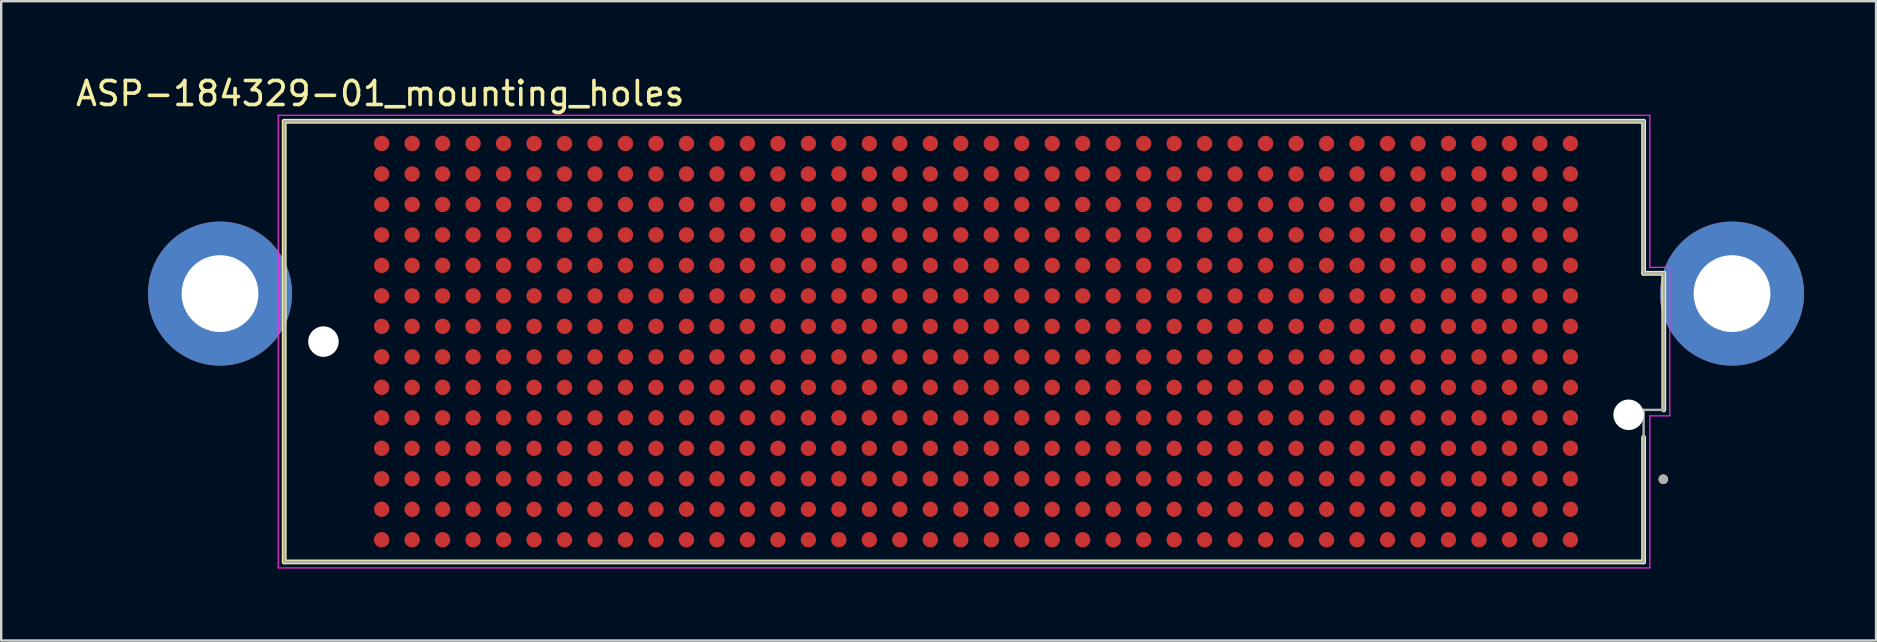
<source format=kicad_pcb>
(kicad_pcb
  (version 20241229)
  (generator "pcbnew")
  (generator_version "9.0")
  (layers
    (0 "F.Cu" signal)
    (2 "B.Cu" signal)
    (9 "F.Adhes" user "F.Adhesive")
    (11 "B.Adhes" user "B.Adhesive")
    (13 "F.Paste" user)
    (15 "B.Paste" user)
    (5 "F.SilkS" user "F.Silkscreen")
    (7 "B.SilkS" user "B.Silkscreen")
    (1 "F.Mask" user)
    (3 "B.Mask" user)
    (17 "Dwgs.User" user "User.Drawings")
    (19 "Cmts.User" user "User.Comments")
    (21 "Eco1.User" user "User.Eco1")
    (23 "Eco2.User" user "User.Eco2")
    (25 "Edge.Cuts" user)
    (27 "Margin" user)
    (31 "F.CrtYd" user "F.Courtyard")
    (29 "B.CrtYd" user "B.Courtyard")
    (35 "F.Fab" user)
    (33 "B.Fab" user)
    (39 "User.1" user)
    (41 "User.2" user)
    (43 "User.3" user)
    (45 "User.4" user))
  (footprint "ASP-184329-01_mounting_holes"
    (layer "F.Cu")
    (at 37.617 11.183)
    (property "Reference" "ASP-184329-01_mounting_holes" (at -24.825 -10.335 0) (layer "F.SilkS") (effects (font (size 1 1) (thickness 0.15))))
    (attr smd)
    (fp_line (start -28.825 -9.18) (end 27.815 -9.18) (stroke (width 0.2) (type solid)) (layer "F.SilkS"))
    (fp_line (start -28.825 9.18) (end -28.825 -9.18) (stroke (width 0.2) (type solid)) (layer "F.SilkS"))
    (fp_line (start 27.815 -9.18) (end 27.815 -2.845) (stroke (width 0.2) (type solid)) (layer "F.SilkS"))
    (fp_line (start 27.815 -2.845) (end 28.655 -2.845) (stroke (width 0.2) (type solid)) (layer "F.SilkS"))
    (fp_line (start 27.815 3.983) (end 27.815 9.18) (stroke (width 0.2) (type solid)) (layer "F.SilkS"))
    (fp_line (start 27.815 9.18) (end -28.825 9.18) (stroke (width 0.2) (type solid)) (layer "F.SilkS"))
    (fp_line (start 28.655 -2.845) (end 28.655 2.845) (stroke (width 0.2) (type solid)) (layer "F.SilkS"))
    (fp_circle (center 28.636 5.736) (end 28.736 5.736) (stroke (width 0.2) (type solid)) (fill no) (layer "F.SilkS"))
    (fp_circle (center -24.765 -8.255) (end -24.543 -8.255) (stroke (width 0.445) (type solid)) (fill no) (layer "F.Paste"))
    (fp_circle (center -24.765 -6.985) (end -24.543 -6.985) (stroke (width 0.445) (type solid)) (fill no) (layer "F.Paste"))
    (fp_circle (center -24.765 -5.715) (end -24.543 -5.715) (stroke (width 0.445) (type solid)) (fill no) (layer "F.Paste"))
    (fp_circle (center -24.765 -4.445) (end -24.543 -4.445) (stroke (width 0.445) (type solid)) (fill no) (layer "F.Paste"))
    (fp_circle (center -24.765 -3.175) (end -24.543 -3.175) (stroke (width 0.445) (type solid)) (fill no) (layer "F.Paste"))
    (fp_circle (center -24.765 -1.905) (end -24.543 -1.905) (stroke (width 0.445) (type solid)) (fill no) (layer "F.Paste"))
    (fp_circle (center -24.765 -0.635) (end -24.543 -0.635) (stroke (width 0.445) (type solid)) (fill no) (layer "F.Paste"))
    (fp_circle (center -24.765 0.635) (end -24.543 0.635) (stroke (width 0.445) (type solid)) (fill no) (layer "F.Paste"))
    (fp_circle (center -24.765 1.905) (end -24.543 1.905) (stroke (width 0.445) (type solid)) (fill no) (layer "F.Paste"))
    (fp_circle (center -24.765 3.175) (end -24.543 3.175) (stroke (width 0.445) (type solid)) (fill no) (layer "F.Paste"))
    (fp_circle (center -24.765 4.445) (end -24.543 4.445) (stroke (width 0.445) (type solid)) (fill no) (layer "F.Paste"))
    (fp_circle (center -24.765 5.715) (end -24.543 5.715) (stroke (width 0.445) (type solid)) (fill no) (layer "F.Paste"))
    (fp_circle (center -24.765 6.985) (end -24.543 6.985) (stroke (width 0.445) (type solid)) (fill no) (layer "F.Paste"))
    (fp_circle (center -24.765 8.255) (end -24.543 8.255) (stroke (width 0.445) (type solid)) (fill no) (layer "F.Paste"))
    (fp_circle (center -23.495 -8.255) (end -23.273 -8.255) (stroke (width 0.445) (type solid)) (fill no) (layer "F.Paste"))
    (fp_circle (center -23.495 -6.985) (end -23.273 -6.985) (stroke (width 0.445) (type solid)) (fill no) (layer "F.Paste"))
    (fp_circle (center -23.495 -5.715) (end -23.273 -5.715) (stroke (width 0.445) (type solid)) (fill no) (layer "F.Paste"))
    (fp_circle (center -23.495 -4.445) (end -23.273 -4.445) (stroke (width 0.445) (type solid)) (fill no) (layer "F.Paste"))
    (fp_circle (center -23.495 -3.175) (end -23.273 -3.175) (stroke (width 0.445) (type solid)) (fill no) (layer "F.Paste"))
    (fp_circle (center -23.495 -1.905) (end -23.273 -1.905) (stroke (width 0.445) (type solid)) (fill no) (layer "F.Paste"))
    (fp_circle (center -23.495 -0.635) (end -23.273 -0.635) (stroke (width 0.445) (type solid)) (fill no) (layer "F.Paste"))
    (fp_circle (center -23.495 0.635) (end -23.273 0.635) (stroke (width 0.445) (type solid)) (fill no) (layer "F.Paste"))
    (fp_circle (center -23.495 1.905) (end -23.273 1.905) (stroke (width 0.445) (type solid)) (fill no) (layer "F.Paste"))
    (fp_circle (center -23.495 3.175) (end -23.273 3.175) (stroke (width 0.445) (type solid)) (fill no) (layer "F.Paste"))
    (fp_circle (center -23.495 4.445) (end -23.273 4.445) (stroke (width 0.445) (type solid)) (fill no) (layer "F.Paste"))
    (fp_circle (center -23.495 5.715) (end -23.273 5.715) (stroke (width 0.445) (type solid)) (fill no) (layer "F.Paste"))
    (fp_circle (center -23.495 6.985) (end -23.273 6.985) (stroke (width 0.445) (type solid)) (fill no) (layer "F.Paste"))
    (fp_circle (center -23.495 8.255) (end -23.273 8.255) (stroke (width 0.445) (type solid)) (fill no) (layer "F.Paste"))
    (fp_circle (center -22.225 -8.255) (end -22.003 -8.255) (stroke (width 0.445) (type solid)) (fill no) (layer "F.Paste"))
    (fp_circle (center -22.225 -6.985) (end -22.003 -6.985) (stroke (width 0.445) (type solid)) (fill no) (layer "F.Paste"))
    (fp_circle (center -22.225 -5.715) (end -22.003 -5.715) (stroke (width 0.445) (type solid)) (fill no) (layer "F.Paste"))
    (fp_circle (center -22.225 -4.445) (end -22.003 -4.445) (stroke (width 0.445) (type solid)) (fill no) (layer "F.Paste"))
    (fp_circle (center -22.225 -3.175) (end -22.003 -3.175) (stroke (width 0.445) (type solid)) (fill no) (layer "F.Paste"))
    (fp_circle (center -22.225 -1.905) (end -22.003 -1.905) (stroke (width 0.445) (type solid)) (fill no) (layer "F.Paste"))
    (fp_circle (center -22.225 -0.635) (end -22.003 -0.635) (stroke (width 0.445) (type solid)) (fill no) (layer "F.Paste"))
    (fp_circle (center -22.225 0.635) (end -22.003 0.635) (stroke (width 0.445) (type solid)) (fill no) (layer "F.Paste"))
    (fp_circle (center -22.225 1.905) (end -22.003 1.905) (stroke (width 0.445) (type solid)) (fill no) (layer "F.Paste"))
    (fp_circle (center -22.225 3.175) (end -22.003 3.175) (stroke (width 0.445) (type solid)) (fill no) (layer "F.Paste"))
    (fp_circle (center -22.225 4.445) (end -22.003 4.445) (stroke (width 0.445) (type solid)) (fill no) (layer "F.Paste"))
    (fp_circle (center -22.225 5.715) (end -22.003 5.715) (stroke (width 0.445) (type solid)) (fill no) (layer "F.Paste"))
    (fp_circle (center -22.225 6.985) (end -22.003 6.985) (stroke (width 0.445) (type solid)) (fill no) (layer "F.Paste"))
    (fp_circle (center -22.225 8.255) (end -22.003 8.255) (stroke (width 0.445) (type solid)) (fill no) (layer "F.Paste"))
    (fp_circle (center -20.955 -8.255) (end -20.733 -8.255) (stroke (width 0.445) (type solid)) (fill no) (layer "F.Paste"))
    (fp_circle (center -20.955 -6.985) (end -20.733 -6.985) (stroke (width 0.445) (type solid)) (fill no) (layer "F.Paste"))
    (fp_circle (center -20.955 -5.715) (end -20.733 -5.715) (stroke (width 0.445) (type solid)) (fill no) (layer "F.Paste"))
    (fp_circle (center -20.955 -4.445) (end -20.733 -4.445) (stroke (width 0.445) (type solid)) (fill no) (layer "F.Paste"))
    (fp_circle (center -20.955 -3.175) (end -20.733 -3.175) (stroke (width 0.445) (type solid)) (fill no) (layer "F.Paste"))
    (fp_circle (center -20.955 -1.905) (end -20.733 -1.905) (stroke (width 0.445) (type solid)) (fill no) (layer "F.Paste"))
    (fp_circle (center -20.955 -0.635) (end -20.733 -0.635) (stroke (width 0.445) (type solid)) (fill no) (layer "F.Paste"))
    (fp_circle (center -20.955 0.635) (end -20.733 0.635) (stroke (width 0.445) (type solid)) (fill no) (layer "F.Paste"))
    (fp_circle (center -20.955 1.905) (end -20.733 1.905) (stroke (width 0.445) (type solid)) (fill no) (layer "F.Paste"))
    (fp_circle (center -20.955 3.175) (end -20.733 3.175) (stroke (width 0.445) (type solid)) (fill no) (layer "F.Paste"))
    (fp_circle (center -20.955 4.445) (end -20.733 4.445) (stroke (width 0.445) (type solid)) (fill no) (layer "F.Paste"))
    (fp_circle (center -20.955 5.715) (end -20.733 5.715) (stroke (width 0.445) (type solid)) (fill no) (layer "F.Paste"))
    (fp_circle (center -20.955 6.985) (end -20.733 6.985) (stroke (width 0.445) (type solid)) (fill no) (layer "F.Paste"))
    (fp_circle (center -20.955 8.255) (end -20.733 8.255) (stroke (width 0.445) (type solid)) (fill no) (layer "F.Paste"))
    (fp_circle (center -19.685 -8.255) (end -19.462 -8.255) (stroke (width 0.445) (type solid)) (fill no) (layer "F.Paste"))
    (fp_circle (center -19.685 -6.985) (end -19.462 -6.985) (stroke (width 0.445) (type solid)) (fill no) (layer "F.Paste"))
    (fp_circle (center -19.685 -5.715) (end -19.462 -5.715) (stroke (width 0.445) (type solid)) (fill no) (layer "F.Paste"))
    (fp_circle (center -19.685 -4.445) (end -19.462 -4.445) (stroke (width 0.445) (type solid)) (fill no) (layer "F.Paste"))
    (fp_circle (center -19.685 -3.175) (end -19.462 -3.175) (stroke (width 0.445) (type solid)) (fill no) (layer "F.Paste"))
    (fp_circle (center -19.685 -1.905) (end -19.462 -1.905) (stroke (width 0.445) (type solid)) (fill no) (layer "F.Paste"))
    (fp_circle (center -19.685 -0.635) (end -19.462 -0.635) (stroke (width 0.445) (type solid)) (fill no) (layer "F.Paste"))
    (fp_circle (center -19.685 0.635) (end -19.462 0.635) (stroke (width 0.445) (type solid)) (fill no) (layer "F.Paste"))
    (fp_circle (center -19.685 1.905) (end -19.462 1.905) (stroke (width 0.445) (type solid)) (fill no) (layer "F.Paste"))
    (fp_circle (center -19.685 3.175) (end -19.462 3.175) (stroke (width 0.445) (type solid)) (fill no) (layer "F.Paste"))
    (fp_circle (center -19.685 4.445) (end -19.462 4.445) (stroke (width 0.445) (type solid)) (fill no) (layer "F.Paste"))
    (fp_circle (center -19.685 5.715) (end -19.462 5.715) (stroke (width 0.445) (type solid)) (fill no) (layer "F.Paste"))
    (fp_circle (center -19.685 6.985) (end -19.462 6.985) (stroke (width 0.445) (type solid)) (fill no) (layer "F.Paste"))
    (fp_circle (center -19.685 8.255) (end -19.462 8.255) (stroke (width 0.445) (type solid)) (fill no) (layer "F.Paste"))
    (fp_circle (center -18.415 -8.255) (end -18.192 -8.255) (stroke (width 0.445) (type solid)) (fill no) (layer "F.Paste"))
    (fp_circle (center -18.415 -6.985) (end -18.192 -6.985) (stroke (width 0.445) (type solid)) (fill no) (layer "F.Paste"))
    (fp_circle (center -18.415 -5.715) (end -18.192 -5.715) (stroke (width 0.445) (type solid)) (fill no) (layer "F.Paste"))
    (fp_circle (center -18.415 -4.445) (end -18.192 -4.445) (stroke (width 0.445) (type solid)) (fill no) (layer "F.Paste"))
    (fp_circle (center -18.415 -3.175) (end -18.192 -3.175) (stroke (width 0.445) (type solid)) (fill no) (layer "F.Paste"))
    (fp_circle (center -18.415 -1.905) (end -18.192 -1.905) (stroke (width 0.445) (type solid)) (fill no) (layer "F.Paste"))
    (fp_circle (center -18.415 -0.635) (end -18.192 -0.635) (stroke (width 0.445) (type solid)) (fill no) (layer "F.Paste"))
    (fp_circle (center -18.415 0.635) (end -18.192 0.635) (stroke (width 0.445) (type solid)) (fill no) (layer "F.Paste"))
    (fp_circle (center -18.415 1.905) (end -18.192 1.905) (stroke (width 0.445) (type solid)) (fill no) (layer "F.Paste"))
    (fp_circle (center -18.415 3.175) (end -18.192 3.175) (stroke (width 0.445) (type solid)) (fill no) (layer "F.Paste"))
    (fp_circle (center -18.415 4.445) (end -18.192 4.445) (stroke (width 0.445) (type solid)) (fill no) (layer "F.Paste"))
    (fp_circle (center -18.415 5.715) (end -18.192 5.715) (stroke (width 0.445) (type solid)) (fill no) (layer "F.Paste"))
    (fp_circle (center -18.415 6.985) (end -18.192 6.985) (stroke (width 0.445) (type solid)) (fill no) (layer "F.Paste"))
    (fp_circle (center -18.415 8.255) (end -18.192 8.255) (stroke (width 0.445) (type solid)) (fill no) (layer "F.Paste"))
    (fp_circle (center -17.145 -8.255) (end -16.922 -8.255) (stroke (width 0.445) (type solid)) (fill no) (layer "F.Paste"))
    (fp_circle (center -17.145 -6.985) (end -16.922 -6.985) (stroke (width 0.445) (type solid)) (fill no) (layer "F.Paste"))
    (fp_circle (center -17.145 -5.715) (end -16.922 -5.715) (stroke (width 0.445) (type solid)) (fill no) (layer "F.Paste"))
    (fp_circle (center -17.145 -4.445) (end -16.922 -4.445) (stroke (width 0.445) (type solid)) (fill no) (layer "F.Paste"))
    (fp_circle (center -17.145 -3.175) (end -16.922 -3.175) (stroke (width 0.445) (type solid)) (fill no) (layer "F.Paste"))
    (fp_circle (center -17.145 -1.905) (end -16.922 -1.905) (stroke (width 0.445) (type solid)) (fill no) (layer "F.Paste"))
    (fp_circle (center -17.145 -0.635) (end -16.922 -0.635) (stroke (width 0.445) (type solid)) (fill no) (layer "F.Paste"))
    (fp_circle (center -17.145 0.635) (end -16.922 0.635) (stroke (width 0.445) (type solid)) (fill no) (layer "F.Paste"))
    (fp_circle (center -17.145 1.905) (end -16.922 1.905) (stroke (width 0.445) (type solid)) (fill no) (layer "F.Paste"))
    (fp_circle (center -17.145 3.175) (end -16.922 3.175) (stroke (width 0.445) (type solid)) (fill no) (layer "F.Paste"))
    (fp_circle (center -17.145 4.445) (end -16.922 4.445) (stroke (width 0.445) (type solid)) (fill no) (layer "F.Paste"))
    (fp_circle (center -17.145 5.715) (end -16.922 5.715) (stroke (width 0.445) (type solid)) (fill no) (layer "F.Paste"))
    (fp_circle (center -17.145 6.985) (end -16.922 6.985) (stroke (width 0.445) (type solid)) (fill no) (layer "F.Paste"))
    (fp_circle (center -17.145 8.255) (end -16.922 8.255) (stroke (width 0.445) (type solid)) (fill no) (layer "F.Paste"))
    (fp_circle (center -15.875 -8.255) (end -15.652 -8.255) (stroke (width 0.445) (type solid)) (fill no) (layer "F.Paste"))
    (fp_circle (center -15.875 -6.985) (end -15.652 -6.985) (stroke (width 0.445) (type solid)) (fill no) (layer "F.Paste"))
    (fp_circle (center -15.875 -5.715) (end -15.652 -5.715) (stroke (width 0.445) (type solid)) (fill no) (layer "F.Paste"))
    (fp_circle (center -15.875 -4.445) (end -15.652 -4.445) (stroke (width 0.445) (type solid)) (fill no) (layer "F.Paste"))
    (fp_circle (center -15.875 -3.175) (end -15.652 -3.175) (stroke (width 0.445) (type solid)) (fill no) (layer "F.Paste"))
    (fp_circle (center -15.875 -1.905) (end -15.652 -1.905) (stroke (width 0.445) (type solid)) (fill no) (layer "F.Paste"))
    (fp_circle (center -15.875 -0.635) (end -15.652 -0.635) (stroke (width 0.445) (type solid)) (fill no) (layer "F.Paste"))
    (fp_circle (center -15.875 0.635) (end -15.652 0.635) (stroke (width 0.445) (type solid)) (fill no) (layer "F.Paste"))
    (fp_circle (center -15.875 1.905) (end -15.652 1.905) (stroke (width 0.445) (type solid)) (fill no) (layer "F.Paste"))
    (fp_circle (center -15.875 3.175) (end -15.652 3.175) (stroke (width 0.445) (type solid)) (fill no) (layer "F.Paste"))
    (fp_circle (center -15.875 4.445) (end -15.652 4.445) (stroke (width 0.445) (type solid)) (fill no) (layer "F.Paste"))
    (fp_circle (center -15.875 5.715) (end -15.652 5.715) (stroke (width 0.445) (type solid)) (fill no) (layer "F.Paste"))
    (fp_circle (center -15.875 6.985) (end -15.652 6.985) (stroke (width 0.445) (type solid)) (fill no) (layer "F.Paste"))
    (fp_circle (center -15.875 8.255) (end -15.652 8.255) (stroke (width 0.445) (type solid)) (fill no) (layer "F.Paste"))
    (fp_circle (center -14.605 -8.255) (end -14.383 -8.255) (stroke (width 0.445) (type solid)) (fill no) (layer "F.Paste"))
    (fp_circle (center -14.605 -6.985) (end -14.383 -6.985) (stroke (width 0.445) (type solid)) (fill no) (layer "F.Paste"))
    (fp_circle (center -14.605 -5.715) (end -14.383 -5.715) (stroke (width 0.445) (type solid)) (fill no) (layer "F.Paste"))
    (fp_circle (center -14.605 -4.445) (end -14.383 -4.445) (stroke (width 0.445) (type solid)) (fill no) (layer "F.Paste"))
    (fp_circle (center -14.605 -3.175) (end -14.383 -3.175) (stroke (width 0.445) (type solid)) (fill no) (layer "F.Paste"))
    (fp_circle (center -14.605 -1.905) (end -14.383 -1.905) (stroke (width 0.445) (type solid)) (fill no) (layer "F.Paste"))
    (fp_circle (center -14.605 -0.635) (end -14.383 -0.635) (stroke (width 0.445) (type solid)) (fill no) (layer "F.Paste"))
    (fp_circle (center -14.605 0.635) (end -14.383 0.635) (stroke (width 0.445) (type solid)) (fill no) (layer "F.Paste"))
    (fp_circle (center -14.605 1.905) (end -14.383 1.905) (stroke (width 0.445) (type solid)) (fill no) (layer "F.Paste"))
    (fp_circle (center -14.605 3.175) (end -14.383 3.175) (stroke (width 0.445) (type solid)) (fill no) (layer "F.Paste"))
    (fp_circle (center -14.605 4.445) (end -14.383 4.445) (stroke (width 0.445) (type solid)) (fill no) (layer "F.Paste"))
    (fp_circle (center -14.605 5.715) (end -14.383 5.715) (stroke (width 0.445) (type solid)) (fill no) (layer "F.Paste"))
    (fp_circle (center -14.605 6.985) (end -14.383 6.985) (stroke (width 0.445) (type solid)) (fill no) (layer "F.Paste"))
    (fp_circle (center -14.605 8.255) (end -14.383 8.255) (stroke (width 0.445) (type solid)) (fill no) (layer "F.Paste"))
    (fp_circle (center -13.335 -8.255) (end -13.113 -8.255) (stroke (width 0.445) (type solid)) (fill no) (layer "F.Paste"))
    (fp_circle (center -13.335 -6.985) (end -13.113 -6.985) (stroke (width 0.445) (type solid)) (fill no) (layer "F.Paste"))
    (fp_circle (center -13.335 -5.715) (end -13.113 -5.715) (stroke (width 0.445) (type solid)) (fill no) (layer "F.Paste"))
    (fp_circle (center -13.335 -4.445) (end -13.113 -4.445) (stroke (width 0.445) (type solid)) (fill no) (layer "F.Paste"))
    (fp_circle (center -13.335 -3.175) (end -13.113 -3.175) (stroke (width 0.445) (type solid)) (fill no) (layer "F.Paste"))
    (fp_circle (center -13.335 -1.905) (end -13.113 -1.905) (stroke (width 0.445) (type solid)) (fill no) (layer "F.Paste"))
    (fp_circle (center -13.335 -0.635) (end -13.113 -0.635) (stroke (width 0.445) (type solid)) (fill no) (layer "F.Paste"))
    (fp_circle (center -13.335 0.635) (end -13.113 0.635) (stroke (width 0.445) (type solid)) (fill no) (layer "F.Paste"))
    (fp_circle (center -13.335 1.905) (end -13.113 1.905) (stroke (width 0.445) (type solid)) (fill no) (layer "F.Paste"))
    (fp_circle (center -13.335 3.175) (end -13.113 3.175) (stroke (width 0.445) (type solid)) (fill no) (layer "F.Paste"))
    (fp_circle (center -13.335 4.445) (end -13.113 4.445) (stroke (width 0.445) (type solid)) (fill no) (layer "F.Paste"))
    (fp_circle (center -13.335 5.715) (end -13.113 5.715) (stroke (width 0.445) (type solid)) (fill no) (layer "F.Paste"))
    (fp_circle (center -13.335 6.985) (end -13.113 6.985) (stroke (width 0.445) (type solid)) (fill no) (layer "F.Paste"))
    (fp_circle (center -13.335 8.255) (end -13.113 8.255) (stroke (width 0.445) (type solid)) (fill no) (layer "F.Paste"))
    (fp_circle (center -12.065 -8.255) (end -11.842 -8.255) (stroke (width 0.445) (type solid)) (fill no) (layer "F.Paste"))
    (fp_circle (center -12.065 -6.985) (end -11.842 -6.985) (stroke (width 0.445) (type solid)) (fill no) (layer "F.Paste"))
    (fp_circle (center -12.065 -5.715) (end -11.842 -5.715) (stroke (width 0.445) (type solid)) (fill no) (layer "F.Paste"))
    (fp_circle (center -12.065 -4.445) (end -11.842 -4.445) (stroke (width 0.445) (type solid)) (fill no) (layer "F.Paste"))
    (fp_circle (center -12.065 -3.175) (end -11.842 -3.175) (stroke (width 0.445) (type solid)) (fill no) (layer "F.Paste"))
    (fp_circle (center -12.065 -1.905) (end -11.842 -1.905) (stroke (width 0.445) (type solid)) (fill no) (layer "F.Paste"))
    (fp_circle (center -12.065 -0.635) (end -11.842 -0.635) (stroke (width 0.445) (type solid)) (fill no) (layer "F.Paste"))
    (fp_circle (center -12.065 0.635) (end -11.842 0.635) (stroke (width 0.445) (type solid)) (fill no) (layer "F.Paste"))
    (fp_circle (center -12.065 1.905) (end -11.842 1.905) (stroke (width 0.445) (type solid)) (fill no) (layer "F.Paste"))
    (fp_circle (center -12.065 3.175) (end -11.842 3.175) (stroke (width 0.445) (type solid)) (fill no) (layer "F.Paste"))
    (fp_circle (center -12.065 4.445) (end -11.842 4.445) (stroke (width 0.445) (type solid)) (fill no) (layer "F.Paste"))
    (fp_circle (center -12.065 5.715) (end -11.842 5.715) (stroke (width 0.445) (type solid)) (fill no) (layer "F.Paste"))
    (fp_circle (center -12.065 6.985) (end -11.842 6.985) (stroke (width 0.445) (type solid)) (fill no) (layer "F.Paste"))
    (fp_circle (center -12.065 8.255) (end -11.842 8.255) (stroke (width 0.445) (type solid)) (fill no) (layer "F.Paste"))
    (fp_circle (center -10.795 -8.255) (end -10.572 -8.255) (stroke (width 0.445) (type solid)) (fill no) (layer "F.Paste"))
    (fp_circle (center -10.795 -6.985) (end -10.572 -6.985) (stroke (width 0.445) (type solid)) (fill no) (layer "F.Paste"))
    (fp_circle (center -10.795 -5.715) (end -10.572 -5.715) (stroke (width 0.445) (type solid)) (fill no) (layer "F.Paste"))
    (fp_circle (center -10.795 -4.445) (end -10.572 -4.445) (stroke (width 0.445) (type solid)) (fill no) (layer "F.Paste"))
    (fp_circle (center -10.795 -3.175) (end -10.572 -3.175) (stroke (width 0.445) (type solid)) (fill no) (layer "F.Paste"))
    (fp_circle (center -10.795 -1.905) (end -10.572 -1.905) (stroke (width 0.445) (type solid)) (fill no) (layer "F.Paste"))
    (fp_circle (center -10.795 -0.635) (end -10.572 -0.635) (stroke (width 0.445) (type solid)) (fill no) (layer "F.Paste"))
    (fp_circle (center -10.795 0.635) (end -10.572 0.635) (stroke (width 0.445) (type solid)) (fill no) (layer "F.Paste"))
    (fp_circle (center -10.795 1.905) (end -10.572 1.905) (stroke (width 0.445) (type solid)) (fill no) (layer "F.Paste"))
    (fp_circle (center -10.795 3.175) (end -10.572 3.175) (stroke (width 0.445) (type solid)) (fill no) (layer "F.Paste"))
    (fp_circle (center -10.795 4.445) (end -10.572 4.445) (stroke (width 0.445) (type solid)) (fill no) (layer "F.Paste"))
    (fp_circle (center -10.795 5.715) (end -10.572 5.715) (stroke (width 0.445) (type solid)) (fill no) (layer "F.Paste"))
    (fp_circle (center -10.795 6.985) (end -10.572 6.985) (stroke (width 0.445) (type solid)) (fill no) (layer "F.Paste"))
    (fp_circle (center -10.795 8.255) (end -10.572 8.255) (stroke (width 0.445) (type solid)) (fill no) (layer "F.Paste"))
    (fp_circle (center -9.525 -8.255) (end -9.303 -8.255) (stroke (width 0.445) (type solid)) (fill no) (layer "F.Paste"))
    (fp_circle (center -9.525 -6.985) (end -9.303 -6.985) (stroke (width 0.445) (type solid)) (fill no) (layer "F.Paste"))
    (fp_circle (center -9.525 -5.715) (end -9.303 -5.715) (stroke (width 0.445) (type solid)) (fill no) (layer "F.Paste"))
    (fp_circle (center -9.525 -4.445) (end -9.303 -4.445) (stroke (width 0.445) (type solid)) (fill no) (layer "F.Paste"))
    (fp_circle (center -9.525 -3.175) (end -9.303 -3.175) (stroke (width 0.445) (type solid)) (fill no) (layer "F.Paste"))
    (fp_circle (center -9.525 -1.905) (end -9.303 -1.905) (stroke (width 0.445) (type solid)) (fill no) (layer "F.Paste"))
    (fp_circle (center -9.525 -0.635) (end -9.303 -0.635) (stroke (width 0.445) (type solid)) (fill no) (layer "F.Paste"))
    (fp_circle (center -9.525 0.635) (end -9.303 0.635) (stroke (width 0.445) (type solid)) (fill no) (layer "F.Paste"))
    (fp_circle (center -9.525 1.905) (end -9.303 1.905) (stroke (width 0.445) (type solid)) (fill no) (layer "F.Paste"))
    (fp_circle (center -9.525 3.175) (end -9.303 3.175) (stroke (width 0.445) (type solid)) (fill no) (layer "F.Paste"))
    (fp_circle (center -9.525 4.445) (end -9.303 4.445) (stroke (width 0.445) (type solid)) (fill no) (layer "F.Paste"))
    (fp_circle (center -9.525 5.715) (end -9.303 5.715) (stroke (width 0.445) (type solid)) (fill no) (layer "F.Paste"))
    (fp_circle (center -9.525 6.985) (end -9.303 6.985) (stroke (width 0.445) (type solid)) (fill no) (layer "F.Paste"))
    (fp_circle (center -9.525 8.255) (end -9.303 8.255) (stroke (width 0.445) (type solid)) (fill no) (layer "F.Paste"))
    (fp_circle (center -8.255 -8.255) (end -8.033 -8.255) (stroke (width 0.445) (type solid)) (fill no) (layer "F.Paste"))
    (fp_circle (center -8.255 -6.985) (end -8.033 -6.985) (stroke (width 0.445) (type solid)) (fill no) (layer "F.Paste"))
    (fp_circle (center -8.255 -5.715) (end -8.033 -5.715) (stroke (width 0.445) (type solid)) (fill no) (layer "F.Paste"))
    (fp_circle (center -8.255 -4.445) (end -8.033 -4.445) (stroke (width 0.445) (type solid)) (fill no) (layer "F.Paste"))
    (fp_circle (center -8.255 -3.175) (end -8.033 -3.175) (stroke (width 0.445) (type solid)) (fill no) (layer "F.Paste"))
    (fp_circle (center -8.255 -1.905) (end -8.033 -1.905) (stroke (width 0.445) (type solid)) (fill no) (layer "F.Paste"))
    (fp_circle (center -8.255 -0.635) (end -8.033 -0.635) (stroke (width 0.445) (type solid)) (fill no) (layer "F.Paste"))
    (fp_circle (center -8.255 0.635) (end -8.033 0.635) (stroke (width 0.445) (type solid)) (fill no) (layer "F.Paste"))
    (fp_circle (center -8.255 1.905) (end -8.033 1.905) (stroke (width 0.445) (type solid)) (fill no) (layer "F.Paste"))
    (fp_circle (center -8.255 3.175) (end -8.033 3.175) (stroke (width 0.445) (type solid)) (fill no) (layer "F.Paste"))
    (fp_circle (center -8.255 4.445) (end -8.033 4.445) (stroke (width 0.445) (type solid)) (fill no) (layer "F.Paste"))
    (fp_circle (center -8.255 5.715) (end -8.033 5.715) (stroke (width 0.445) (type solid)) (fill no) (layer "F.Paste"))
    (fp_circle (center -8.255 6.985) (end -8.033 6.985) (stroke (width 0.445) (type solid)) (fill no) (layer "F.Paste"))
    (fp_circle (center -8.255 8.255) (end -8.033 8.255) (stroke (width 0.445) (type solid)) (fill no) (layer "F.Paste"))
    (fp_circle (center -6.985 -8.255) (end -6.763 -8.255) (stroke (width 0.445) (type solid)) (fill no) (layer "F.Paste"))
    (fp_circle (center -6.985 -6.985) (end -6.763 -6.985) (stroke (width 0.445) (type solid)) (fill no) (layer "F.Paste"))
    (fp_circle (center -6.985 -5.715) (end -6.763 -5.715) (stroke (width 0.445) (type solid)) (fill no) (layer "F.Paste"))
    (fp_circle (center -6.985 -4.445) (end -6.763 -4.445) (stroke (width 0.445) (type solid)) (fill no) (layer "F.Paste"))
    (fp_circle (center -6.985 -3.175) (end -6.763 -3.175) (stroke (width 0.445) (type solid)) (fill no) (layer "F.Paste"))
    (fp_circle (center -6.985 -1.905) (end -6.763 -1.905) (stroke (width 0.445) (type solid)) (fill no) (layer "F.Paste"))
    (fp_circle (center -6.985 -0.635) (end -6.763 -0.635) (stroke (width 0.445) (type solid)) (fill no) (layer "F.Paste"))
    (fp_circle (center -6.985 0.635) (end -6.763 0.635) (stroke (width 0.445) (type solid)) (fill no) (layer "F.Paste"))
    (fp_circle (center -6.985 1.905) (end -6.763 1.905) (stroke (width 0.445) (type solid)) (fill no) (layer "F.Paste"))
    (fp_circle (center -6.985 3.175) (end -6.763 3.175) (stroke (width 0.445) (type solid)) (fill no) (layer "F.Paste"))
    (fp_circle (center -6.985 4.445) (end -6.763 4.445) (stroke (width 0.445) (type solid)) (fill no) (layer "F.Paste"))
    (fp_circle (center -6.985 5.715) (end -6.763 5.715) (stroke (width 0.445) (type solid)) (fill no) (layer "F.Paste"))
    (fp_circle (center -6.985 6.985) (end -6.763 6.985) (stroke (width 0.445) (type solid)) (fill no) (layer "F.Paste"))
    (fp_circle (center -6.985 8.255) (end -6.763 8.255) (stroke (width 0.445) (type solid)) (fill no) (layer "F.Paste"))
    (fp_circle (center -5.715 -8.255) (end -5.492 -8.255) (stroke (width 0.445) (type solid)) (fill no) (layer "F.Paste"))
    (fp_circle (center -5.715 -6.985) (end -5.492 -6.985) (stroke (width 0.445) (type solid)) (fill no) (layer "F.Paste"))
    (fp_circle (center -5.715 -5.715) (end -5.492 -5.715) (stroke (width 0.445) (type solid)) (fill no) (layer "F.Paste"))
    (fp_circle (center -5.715 -4.445) (end -5.492 -4.445) (stroke (width 0.445) (type solid)) (fill no) (layer "F.Paste"))
    (fp_circle (center -5.715 -3.175) (end -5.492 -3.175) (stroke (width 0.445) (type solid)) (fill no) (layer "F.Paste"))
    (fp_circle (center -5.715 -1.905) (end -5.492 -1.905) (stroke (width 0.445) (type solid)) (fill no) (layer "F.Paste"))
    (fp_circle (center -5.715 -0.635) (end -5.492 -0.635) (stroke (width 0.445) (type solid)) (fill no) (layer "F.Paste"))
    (fp_circle (center -5.715 0.635) (end -5.492 0.635) (stroke (width 0.445) (type solid)) (fill no) (layer "F.Paste"))
    (fp_circle (center -5.715 1.905) (end -5.492 1.905) (stroke (width 0.445) (type solid)) (fill no) (layer "F.Paste"))
    (fp_circle (center -5.715 3.175) (end -5.492 3.175) (stroke (width 0.445) (type solid)) (fill no) (layer "F.Paste"))
    (fp_circle (center -5.715 4.445) (end -5.492 4.445) (stroke (width 0.445) (type solid)) (fill no) (layer "F.Paste"))
    (fp_circle (center -5.715 5.715) (end -5.492 5.715) (stroke (width 0.445) (type solid)) (fill no) (layer "F.Paste"))
    (fp_circle (center -5.715 6.985) (end -5.492 6.985) (stroke (width 0.445) (type solid)) (fill no) (layer "F.Paste"))
    (fp_circle (center -5.715 8.255) (end -5.492 8.255) (stroke (width 0.445) (type solid)) (fill no) (layer "F.Paste"))
    (fp_circle (center -4.445 -8.255) (end -4.223 -8.255) (stroke (width 0.445) (type solid)) (fill no) (layer "F.Paste"))
    (fp_circle (center -4.445 -6.985) (end -4.223 -6.985) (stroke (width 0.445) (type solid)) (fill no) (layer "F.Paste"))
    (fp_circle (center -4.445 -5.715) (end -4.223 -5.715) (stroke (width 0.445) (type solid)) (fill no) (layer "F.Paste"))
    (fp_circle (center -4.445 -4.445) (end -4.223 -4.445) (stroke (width 0.445) (type solid)) (fill no) (layer "F.Paste"))
    (fp_circle (center -4.445 -3.175) (end -4.223 -3.175) (stroke (width 0.445) (type solid)) (fill no) (layer "F.Paste"))
    (fp_circle (center -4.445 -1.905) (end -4.223 -1.905) (stroke (width 0.445) (type solid)) (fill no) (layer "F.Paste"))
    (fp_circle (center -4.445 -0.635) (end -4.223 -0.635) (stroke (width 0.445) (type solid)) (fill no) (layer "F.Paste"))
    (fp_circle (center -4.445 0.635) (end -4.223 0.635) (stroke (width 0.445) (type solid)) (fill no) (layer "F.Paste"))
    (fp_circle (center -4.445 1.905) (end -4.223 1.905) (stroke (width 0.445) (type solid)) (fill no) (layer "F.Paste"))
    (fp_circle (center -4.445 3.175) (end -4.223 3.175) (stroke (width 0.445) (type solid)) (fill no) (layer "F.Paste"))
    (fp_circle (center -4.445 4.445) (end -4.223 4.445) (stroke (width 0.445) (type solid)) (fill no) (layer "F.Paste"))
    (fp_circle (center -4.445 5.715) (end -4.223 5.715) (stroke (width 0.445) (type solid)) (fill no) (layer "F.Paste"))
    (fp_circle (center -4.445 6.985) (end -4.223 6.985) (stroke (width 0.445) (type solid)) (fill no) (layer "F.Paste"))
    (fp_circle (center -4.445 8.255) (end -4.223 8.255) (stroke (width 0.445) (type solid)) (fill no) (layer "F.Paste"))
    (fp_circle (center -3.175 -8.255) (end -2.953 -8.255) (stroke (width 0.445) (type solid)) (fill no) (layer "F.Paste"))
    (fp_circle (center -3.175 -6.985) (end -2.953 -6.985) (stroke (width 0.445) (type solid)) (fill no) (layer "F.Paste"))
    (fp_circle (center -3.175 -5.715) (end -2.953 -5.715) (stroke (width 0.445) (type solid)) (fill no) (layer "F.Paste"))
    (fp_circle (center -3.175 -4.445) (end -2.953 -4.445) (stroke (width 0.445) (type solid)) (fill no) (layer "F.Paste"))
    (fp_circle (center -3.175 -3.175) (end -2.953 -3.175) (stroke (width 0.445) (type solid)) (fill no) (layer "F.Paste"))
    (fp_circle (center -3.175 -1.905) (end -2.953 -1.905) (stroke (width 0.445) (type solid)) (fill no) (layer "F.Paste"))
    (fp_circle (center -3.175 -0.635) (end -2.953 -0.635) (stroke (width 0.445) (type solid)) (fill no) (layer "F.Paste"))
    (fp_circle (center -3.175 0.635) (end -2.953 0.635) (stroke (width 0.445) (type solid)) (fill no) (layer "F.Paste"))
    (fp_circle (center -3.175 1.905) (end -2.953 1.905) (stroke (width 0.445) (type solid)) (fill no) (layer "F.Paste"))
    (fp_circle (center -3.175 3.175) (end -2.953 3.175) (stroke (width 0.445) (type solid)) (fill no) (layer "F.Paste"))
    (fp_circle (center -3.175 4.445) (end -2.953 4.445) (stroke (width 0.445) (type solid)) (fill no) (layer "F.Paste"))
    (fp_circle (center -3.175 5.715) (end -2.953 5.715) (stroke (width 0.445) (type solid)) (fill no) (layer "F.Paste"))
    (fp_circle (center -3.175 6.985) (end -2.953 6.985) (stroke (width 0.445) (type solid)) (fill no) (layer "F.Paste"))
    (fp_circle (center -3.175 8.255) (end -2.953 8.255) (stroke (width 0.445) (type solid)) (fill no) (layer "F.Paste"))
    (fp_circle (center -1.905 -8.255) (end -1.683 -8.255) (stroke (width 0.445) (type solid)) (fill no) (layer "F.Paste"))
    (fp_circle (center -1.905 -6.985) (end -1.683 -6.985) (stroke (width 0.445) (type solid)) (fill no) (layer "F.Paste"))
    (fp_circle (center -1.905 -5.715) (end -1.683 -5.715) (stroke (width 0.445) (type solid)) (fill no) (layer "F.Paste"))
    (fp_circle (center -1.905 -4.445) (end -1.683 -4.445) (stroke (width 0.445) (type solid)) (fill no) (layer "F.Paste"))
    (fp_circle (center -1.905 -3.175) (end -1.683 -3.175) (stroke (width 0.445) (type solid)) (fill no) (layer "F.Paste"))
    (fp_circle (center -1.905 -1.905) (end -1.683 -1.905) (stroke (width 0.445) (type solid)) (fill no) (layer "F.Paste"))
    (fp_circle (center -1.905 -0.635) (end -1.683 -0.635) (stroke (width 0.445) (type solid)) (fill no) (layer "F.Paste"))
    (fp_circle (center -1.905 0.635) (end -1.683 0.635) (stroke (width 0.445) (type solid)) (fill no) (layer "F.Paste"))
    (fp_circle (center -1.905 1.905) (end -1.683 1.905) (stroke (width 0.445) (type solid)) (fill no) (layer "F.Paste"))
    (fp_circle (center -1.905 3.175) (end -1.683 3.175) (stroke (width 0.445) (type solid)) (fill no) (layer "F.Paste"))
    (fp_circle (center -1.905 4.445) (end -1.683 4.445) (stroke (width 0.445) (type solid)) (fill no) (layer "F.Paste"))
    (fp_circle (center -1.905 5.715) (end -1.683 5.715) (stroke (width 0.445) (type solid)) (fill no) (layer "F.Paste"))
    (fp_circle (center -1.905 6.985) (end -1.683 6.985) (stroke (width 0.445) (type solid)) (fill no) (layer "F.Paste"))
    (fp_circle (center -1.905 8.255) (end -1.683 8.255) (stroke (width 0.445) (type solid)) (fill no) (layer "F.Paste"))
    (fp_circle (center -0.635 -8.255) (end -0.412 -8.255) (stroke (width 0.445) (type solid)) (fill no) (layer "F.Paste"))
    (fp_circle (center -0.635 -6.985) (end -0.412 -6.985) (stroke (width 0.445) (type solid)) (fill no) (layer "F.Paste"))
    (fp_circle (center -0.635 -5.715) (end -0.412 -5.715) (stroke (width 0.445) (type solid)) (fill no) (layer "F.Paste"))
    (fp_circle (center -0.635 -4.445) (end -0.412 -4.445) (stroke (width 0.445) (type solid)) (fill no) (layer "F.Paste"))
    (fp_circle (center -0.635 -3.175) (end -0.412 -3.175) (stroke (width 0.445) (type solid)) (fill no) (layer "F.Paste"))
    (fp_circle (center -0.635 -1.905) (end -0.412 -1.905) (stroke (width 0.445) (type solid)) (fill no) (layer "F.Paste"))
    (fp_circle (center -0.635 -0.635) (end -0.412 -0.635) (stroke (width 0.445) (type solid)) (fill no) (layer "F.Paste"))
    (fp_circle (center -0.635 0.635) (end -0.412 0.635) (stroke (width 0.445) (type solid)) (fill no) (layer "F.Paste"))
    (fp_circle (center -0.635 1.905) (end -0.412 1.905) (stroke (width 0.445) (type solid)) (fill no) (layer "F.Paste"))
    (fp_circle (center -0.635 3.175) (end -0.412 3.175) (stroke (width 0.445) (type solid)) (fill no) (layer "F.Paste"))
    (fp_circle (center -0.635 4.445) (end -0.412 4.445) (stroke (width 0.445) (type solid)) (fill no) (layer "F.Paste"))
    (fp_circle (center -0.635 5.715) (end -0.412 5.715) (stroke (width 0.445) (type solid)) (fill no) (layer "F.Paste"))
    (fp_circle (center -0.635 6.985) (end -0.412 6.985) (stroke (width 0.445) (type solid)) (fill no) (layer "F.Paste"))
    (fp_circle (center -0.635 8.255) (end -0.412 8.255) (stroke (width 0.445) (type solid)) (fill no) (layer "F.Paste"))
    (fp_circle (center 0.635 -8.255) (end 0.858 -8.255) (stroke (width 0.445) (type solid)) (fill no) (layer "F.Paste"))
    (fp_circle (center 0.635 -6.985) (end 0.858 -6.985) (stroke (width 0.445) (type solid)) (fill no) (layer "F.Paste"))
    (fp_circle (center 0.635 -5.715) (end 0.858 -5.715) (stroke (width 0.445) (type solid)) (fill no) (layer "F.Paste"))
    (fp_circle (center 0.635 -4.445) (end 0.858 -4.445) (stroke (width 0.445) (type solid)) (fill no) (layer "F.Paste"))
    (fp_circle (center 0.635 -3.175) (end 0.858 -3.175) (stroke (width 0.445) (type solid)) (fill no) (layer "F.Paste"))
    (fp_circle (center 0.635 -1.905) (end 0.858 -1.905) (stroke (width 0.445) (type solid)) (fill no) (layer "F.Paste"))
    (fp_circle (center 0.635 -0.635) (end 0.858 -0.635) (stroke (width 0.445) (type solid)) (fill no) (layer "F.Paste"))
    (fp_circle (center 0.635 0.635) (end 0.858 0.635) (stroke (width 0.445) (type solid)) (fill no) (layer "F.Paste"))
    (fp_circle (center 0.635 1.905) (end 0.858 1.905) (stroke (width 0.445) (type solid)) (fill no) (layer "F.Paste"))
    (fp_circle (center 0.635 3.175) (end 0.858 3.175) (stroke (width 0.445) (type solid)) (fill no) (layer "F.Paste"))
    (fp_circle (center 0.635 4.445) (end 0.858 4.445) (stroke (width 0.445) (type solid)) (fill no) (layer "F.Paste"))
    (fp_circle (center 0.635 5.715) (end 0.858 5.715) (stroke (width 0.445) (type solid)) (fill no) (layer "F.Paste"))
    (fp_circle (center 0.635 6.985) (end 0.858 6.985) (stroke (width 0.445) (type solid)) (fill no) (layer "F.Paste"))
    (fp_circle (center 0.635 8.255) (end 0.858 8.255) (stroke (width 0.445) (type solid)) (fill no) (layer "F.Paste"))
    (fp_circle (center 1.905 -8.255) (end 2.127 -8.255) (stroke (width 0.445) (type solid)) (fill no) (layer "F.Paste"))
    (fp_circle (center 1.905 -6.985) (end 2.127 -6.985) (stroke (width 0.445) (type solid)) (fill no) (layer "F.Paste"))
    (fp_circle (center 1.905 -5.715) (end 2.127 -5.715) (stroke (width 0.445) (type solid)) (fill no) (layer "F.Paste"))
    (fp_circle (center 1.905 -4.445) (end 2.127 -4.445) (stroke (width 0.445) (type solid)) (fill no) (layer "F.Paste"))
    (fp_circle (center 1.905 -3.175) (end 2.127 -3.175) (stroke (width 0.445) (type solid)) (fill no) (layer "F.Paste"))
    (fp_circle (center 1.905 -1.905) (end 2.127 -1.905) (stroke (width 0.445) (type solid)) (fill no) (layer "F.Paste"))
    (fp_circle (center 1.905 -0.635) (end 2.127 -0.635) (stroke (width 0.445) (type solid)) (fill no) (layer "F.Paste"))
    (fp_circle (center 1.905 0.635) (end 2.127 0.635) (stroke (width 0.445) (type solid)) (fill no) (layer "F.Paste"))
    (fp_circle (center 1.905 1.905) (end 2.127 1.905) (stroke (width 0.445) (type solid)) (fill no) (layer "F.Paste"))
    (fp_circle (center 1.905 3.175) (end 2.127 3.175) (stroke (width 0.445) (type solid)) (fill no) (layer "F.Paste"))
    (fp_circle (center 1.905 4.445) (end 2.127 4.445) (stroke (width 0.445) (type solid)) (fill no) (layer "F.Paste"))
    (fp_circle (center 1.905 5.715) (end 2.127 5.715) (stroke (width 0.445) (type solid)) (fill no) (layer "F.Paste"))
    (fp_circle (center 1.905 6.985) (end 2.127 6.985) (stroke (width 0.445) (type solid)) (fill no) (layer "F.Paste"))
    (fp_circle (center 1.905 8.255) (end 2.127 8.255) (stroke (width 0.445) (type solid)) (fill no) (layer "F.Paste"))
    (fp_circle (center 3.175 -8.255) (end 3.397 -8.255) (stroke (width 0.445) (type solid)) (fill no) (layer "F.Paste"))
    (fp_circle (center 3.175 -6.985) (end 3.397 -6.985) (stroke (width 0.445) (type solid)) (fill no) (layer "F.Paste"))
    (fp_circle (center 3.175 -5.715) (end 3.397 -5.715) (stroke (width 0.445) (type solid)) (fill no) (layer "F.Paste"))
    (fp_circle (center 3.175 -4.445) (end 3.397 -4.445) (stroke (width 0.445) (type solid)) (fill no) (layer "F.Paste"))
    (fp_circle (center 3.175 -3.175) (end 3.397 -3.175) (stroke (width 0.445) (type solid)) (fill no) (layer "F.Paste"))
    (fp_circle (center 3.175 -1.905) (end 3.397 -1.905) (stroke (width 0.445) (type solid)) (fill no) (layer "F.Paste"))
    (fp_circle (center 3.175 -0.635) (end 3.397 -0.635) (stroke (width 0.445) (type solid)) (fill no) (layer "F.Paste"))
    (fp_circle (center 3.175 0.635) (end 3.397 0.635) (stroke (width 0.445) (type solid)) (fill no) (layer "F.Paste"))
    (fp_circle (center 3.175 1.905) (end 3.397 1.905) (stroke (width 0.445) (type solid)) (fill no) (layer "F.Paste"))
    (fp_circle (center 3.175 3.175) (end 3.397 3.175) (stroke (width 0.445) (type solid)) (fill no) (layer "F.Paste"))
    (fp_circle (center 3.175 4.445) (end 3.397 4.445) (stroke (width 0.445) (type solid)) (fill no) (layer "F.Paste"))
    (fp_circle (center 3.175 5.715) (end 3.397 5.715) (stroke (width 0.445) (type solid)) (fill no) (layer "F.Paste"))
    (fp_circle (center 3.175 6.985) (end 3.397 6.985) (stroke (width 0.445) (type solid)) (fill no) (layer "F.Paste"))
    (fp_circle (center 3.175 8.255) (end 3.397 8.255) (stroke (width 0.445) (type solid)) (fill no) (layer "F.Paste"))
    (fp_circle (center 4.445 -8.255) (end 4.668 -8.255) (stroke (width 0.445) (type solid)) (fill no) (layer "F.Paste"))
    (fp_circle (center 4.445 -6.985) (end 4.668 -6.985) (stroke (width 0.445) (type solid)) (fill no) (layer "F.Paste"))
    (fp_circle (center 4.445 -5.715) (end 4.668 -5.715) (stroke (width 0.445) (type solid)) (fill no) (layer "F.Paste"))
    (fp_circle (center 4.445 -4.445) (end 4.668 -4.445) (stroke (width 0.445) (type solid)) (fill no) (layer "F.Paste"))
    (fp_circle (center 4.445 -3.175) (end 4.668 -3.175) (stroke (width 0.445) (type solid)) (fill no) (layer "F.Paste"))
    (fp_circle (center 4.445 -1.905) (end 4.668 -1.905) (stroke (width 0.445) (type solid)) (fill no) (layer "F.Paste"))
    (fp_circle (center 4.445 -0.635) (end 4.668 -0.635) (stroke (width 0.445) (type solid)) (fill no) (layer "F.Paste"))
    (fp_circle (center 4.445 0.635) (end 4.668 0.635) (stroke (width 0.445) (type solid)) (fill no) (layer "F.Paste"))
    (fp_circle (center 4.445 1.905) (end 4.668 1.905) (stroke (width 0.445) (type solid)) (fill no) (layer "F.Paste"))
    (fp_circle (center 4.445 3.175) (end 4.668 3.175) (stroke (width 0.445) (type solid)) (fill no) (layer "F.Paste"))
    (fp_circle (center 4.445 4.445) (end 4.668 4.445) (stroke (width 0.445) (type solid)) (fill no) (layer "F.Paste"))
    (fp_circle (center 4.445 5.715) (end 4.668 5.715) (stroke (width 0.445) (type solid)) (fill no) (layer "F.Paste"))
    (fp_circle (center 4.445 6.985) (end 4.668 6.985) (stroke (width 0.445) (type solid)) (fill no) (layer "F.Paste"))
    (fp_circle (center 4.445 8.255) (end 4.668 8.255) (stroke (width 0.445) (type solid)) (fill no) (layer "F.Paste"))
    (fp_circle (center 5.715 -8.255) (end 5.938 -8.255) (stroke (width 0.445) (type solid)) (fill no) (layer "F.Paste"))
    (fp_circle (center 5.715 -6.985) (end 5.938 -6.985) (stroke (width 0.445) (type solid)) (fill no) (layer "F.Paste"))
    (fp_circle (center 5.715 -5.715) (end 5.938 -5.715) (stroke (width 0.445) (type solid)) (fill no) (layer "F.Paste"))
    (fp_circle (center 5.715 -4.445) (end 5.938 -4.445) (stroke (width 0.445) (type solid)) (fill no) (layer "F.Paste"))
    (fp_circle (center 5.715 -3.175) (end 5.938 -3.175) (stroke (width 0.445) (type solid)) (fill no) (layer "F.Paste"))
    (fp_circle (center 5.715 -1.905) (end 5.938 -1.905) (stroke (width 0.445) (type solid)) (fill no) (layer "F.Paste"))
    (fp_circle (center 5.715 -0.635) (end 5.938 -0.635) (stroke (width 0.445) (type solid)) (fill no) (layer "F.Paste"))
    (fp_circle (center 5.715 0.635) (end 5.938 0.635) (stroke (width 0.445) (type solid)) (fill no) (layer "F.Paste"))
    (fp_circle (center 5.715 1.905) (end 5.938 1.905) (stroke (width 0.445) (type solid)) (fill no) (layer "F.Paste"))
    (fp_circle (center 5.715 3.175) (end 5.938 3.175) (stroke (width 0.445) (type solid)) (fill no) (layer "F.Paste"))
    (fp_circle (center 5.715 4.445) (end 5.938 4.445) (stroke (width 0.445) (type solid)) (fill no) (layer "F.Paste"))
    (fp_circle (center 5.715 5.715) (end 5.938 5.715) (stroke (width 0.445) (type solid)) (fill no) (layer "F.Paste"))
    (fp_circle (center 5.715 6.985) (end 5.938 6.985) (stroke (width 0.445) (type solid)) (fill no) (layer "F.Paste"))
    (fp_circle (center 5.715 8.255) (end 5.938 8.255) (stroke (width 0.445) (type solid)) (fill no) (layer "F.Paste"))
    (fp_circle (center 6.985 -8.255) (end 7.207 -8.255) (stroke (width 0.445) (type solid)) (fill no) (layer "F.Paste"))
    (fp_circle (center 6.985 -6.985) (end 7.207 -6.985) (stroke (width 0.445) (type solid)) (fill no) (layer "F.Paste"))
    (fp_circle (center 6.985 -5.715) (end 7.207 -5.715) (stroke (width 0.445) (type solid)) (fill no) (layer "F.Paste"))
    (fp_circle (center 6.985 -4.445) (end 7.207 -4.445) (stroke (width 0.445) (type solid)) (fill no) (layer "F.Paste"))
    (fp_circle (center 6.985 -3.175) (end 7.207 -3.175) (stroke (width 0.445) (type solid)) (fill no) (layer "F.Paste"))
    (fp_circle (center 6.985 -1.905) (end 7.207 -1.905) (stroke (width 0.445) (type solid)) (fill no) (layer "F.Paste"))
    (fp_circle (center 6.985 -0.635) (end 7.207 -0.635) (stroke (width 0.445) (type solid)) (fill no) (layer "F.Paste"))
    (fp_circle (center 6.985 0.635) (end 7.207 0.635) (stroke (width 0.445) (type solid)) (fill no) (layer "F.Paste"))
    (fp_circle (center 6.985 1.905) (end 7.207 1.905) (stroke (width 0.445) (type solid)) (fill no) (layer "F.Paste"))
    (fp_circle (center 6.985 3.175) (end 7.207 3.175) (stroke (width 0.445) (type solid)) (fill no) (layer "F.Paste"))
    (fp_circle (center 6.985 4.445) (end 7.207 4.445) (stroke (width 0.445) (type solid)) (fill no) (layer "F.Paste"))
    (fp_circle (center 6.985 5.715) (end 7.207 5.715) (stroke (width 0.445) (type solid)) (fill no) (layer "F.Paste"))
    (fp_circle (center 6.985 6.985) (end 7.207 6.985) (stroke (width 0.445) (type solid)) (fill no) (layer "F.Paste"))
    (fp_circle (center 6.985 8.255) (end 7.207 8.255) (stroke (width 0.445) (type solid)) (fill no) (layer "F.Paste"))
    (fp_circle (center 8.255 -8.255) (end 8.477 -8.255) (stroke (width 0.445) (type solid)) (fill no) (layer "F.Paste"))
    (fp_circle (center 8.255 -6.985) (end 8.477 -6.985) (stroke (width 0.445) (type solid)) (fill no) (layer "F.Paste"))
    (fp_circle (center 8.255 -5.715) (end 8.477 -5.715) (stroke (width 0.445) (type solid)) (fill no) (layer "F.Paste"))
    (fp_circle (center 8.255 -4.445) (end 8.477 -4.445) (stroke (width 0.445) (type solid)) (fill no) (layer "F.Paste"))
    (fp_circle (center 8.255 -3.175) (end 8.477 -3.175) (stroke (width 0.445) (type solid)) (fill no) (layer "F.Paste"))
    (fp_circle (center 8.255 -1.905) (end 8.477 -1.905) (stroke (width 0.445) (type solid)) (fill no) (layer "F.Paste"))
    (fp_circle (center 8.255 -0.635) (end 8.477 -0.635) (stroke (width 0.445) (type solid)) (fill no) (layer "F.Paste"))
    (fp_circle (center 8.255 0.635) (end 8.477 0.635) (stroke (width 0.445) (type solid)) (fill no) (layer "F.Paste"))
    (fp_circle (center 8.255 1.905) (end 8.477 1.905) (stroke (width 0.445) (type solid)) (fill no) (layer "F.Paste"))
    (fp_circle (center 8.255 3.175) (end 8.477 3.175) (stroke (width 0.445) (type solid)) (fill no) (layer "F.Paste"))
    (fp_circle (center 8.255 4.445) (end 8.477 4.445) (stroke (width 0.445) (type solid)) (fill no) (layer "F.Paste"))
    (fp_circle (center 8.255 5.715) (end 8.477 5.715) (stroke (width 0.445) (type solid)) (fill no) (layer "F.Paste"))
    (fp_circle (center 8.255 6.985) (end 8.477 6.985) (stroke (width 0.445) (type solid)) (fill no) (layer "F.Paste"))
    (fp_circle (center 8.255 8.255) (end 8.477 8.255) (stroke (width 0.445) (type solid)) (fill no) (layer "F.Paste"))
    (fp_circle (center 9.525 -8.255) (end 9.748 -8.255) (stroke (width 0.445) (type solid)) (fill no) (layer "F.Paste"))
    (fp_circle (center 9.525 -6.985) (end 9.748 -6.985) (stroke (width 0.445) (type solid)) (fill no) (layer "F.Paste"))
    (fp_circle (center 9.525 -5.715) (end 9.748 -5.715) (stroke (width 0.445) (type solid)) (fill no) (layer "F.Paste"))
    (fp_circle (center 9.525 -4.445) (end 9.748 -4.445) (stroke (width 0.445) (type solid)) (fill no) (layer "F.Paste"))
    (fp_circle (center 9.525 -3.175) (end 9.748 -3.175) (stroke (width 0.445) (type solid)) (fill no) (layer "F.Paste"))
    (fp_circle (center 9.525 -1.905) (end 9.748 -1.905) (stroke (width 0.445) (type solid)) (fill no) (layer "F.Paste"))
    (fp_circle (center 9.525 -0.635) (end 9.748 -0.635) (stroke (width 0.445) (type solid)) (fill no) (layer "F.Paste"))
    (fp_circle (center 9.525 0.635) (end 9.748 0.635) (stroke (width 0.445) (type solid)) (fill no) (layer "F.Paste"))
    (fp_circle (center 9.525 1.905) (end 9.748 1.905) (stroke (width 0.445) (type solid)) (fill no) (layer "F.Paste"))
    (fp_circle (center 9.525 3.175) (end 9.748 3.175) (stroke (width 0.445) (type solid)) (fill no) (layer "F.Paste"))
    (fp_circle (center 9.525 4.445) (end 9.748 4.445) (stroke (width 0.445) (type solid)) (fill no) (layer "F.Paste"))
    (fp_circle (center 9.525 5.715) (end 9.748 5.715) (stroke (width 0.445) (type solid)) (fill no) (layer "F.Paste"))
    (fp_circle (center 9.525 6.985) (end 9.748 6.985) (stroke (width 0.445) (type solid)) (fill no) (layer "F.Paste"))
    (fp_circle (center 9.525 8.255) (end 9.748 8.255) (stroke (width 0.445) (type solid)) (fill no) (layer "F.Paste"))
    (fp_circle (center 10.795 -8.255) (end 11.018 -8.255) (stroke (width 0.445) (type solid)) (fill no) (layer "F.Paste"))
    (fp_circle (center 10.795 -6.985) (end 11.018 -6.985) (stroke (width 0.445) (type solid)) (fill no) (layer "F.Paste"))
    (fp_circle (center 10.795 -5.715) (end 11.018 -5.715) (stroke (width 0.445) (type solid)) (fill no) (layer "F.Paste"))
    (fp_circle (center 10.795 -4.445) (end 11.018 -4.445) (stroke (width 0.445) (type solid)) (fill no) (layer "F.Paste"))
    (fp_circle (center 10.795 -3.175) (end 11.018 -3.175) (stroke (width 0.445) (type solid)) (fill no) (layer "F.Paste"))
    (fp_circle (center 10.795 -1.905) (end 11.018 -1.905) (stroke (width 0.445) (type solid)) (fill no) (layer "F.Paste"))
    (fp_circle (center 10.795 -0.635) (end 11.018 -0.635) (stroke (width 0.445) (type solid)) (fill no) (layer "F.Paste"))
    (fp_circle (center 10.795 0.635) (end 11.018 0.635) (stroke (width 0.445) (type solid)) (fill no) (layer "F.Paste"))
    (fp_circle (center 10.795 1.905) (end 11.018 1.905) (stroke (width 0.445) (type solid)) (fill no) (layer "F.Paste"))
    (fp_circle (center 10.795 3.175) (end 11.018 3.175) (stroke (width 0.445) (type solid)) (fill no) (layer "F.Paste"))
    (fp_circle (center 10.795 4.445) (end 11.018 4.445) (stroke (width 0.445) (type solid)) (fill no) (layer "F.Paste"))
    (fp_circle (center 10.795 5.715) (end 11.018 5.715) (stroke (width 0.445) (type solid)) (fill no) (layer "F.Paste"))
    (fp_circle (center 10.795 6.985) (end 11.018 6.985) (stroke (width 0.445) (type solid)) (fill no) (layer "F.Paste"))
    (fp_circle (center 10.795 8.255) (end 11.018 8.255) (stroke (width 0.445) (type solid)) (fill no) (layer "F.Paste"))
    (fp_circle (center 12.065 -8.255) (end 12.287 -8.255) (stroke (width 0.445) (type solid)) (fill no) (layer "F.Paste"))
    (fp_circle (center 12.065 -6.985) (end 12.287 -6.985) (stroke (width 0.445) (type solid)) (fill no) (layer "F.Paste"))
    (fp_circle (center 12.065 -5.715) (end 12.287 -5.715) (stroke (width 0.445) (type solid)) (fill no) (layer "F.Paste"))
    (fp_circle (center 12.065 -4.445) (end 12.287 -4.445) (stroke (width 0.445) (type solid)) (fill no) (layer "F.Paste"))
    (fp_circle (center 12.065 -3.175) (end 12.287 -3.175) (stroke (width 0.445) (type solid)) (fill no) (layer "F.Paste"))
    (fp_circle (center 12.065 -1.905) (end 12.287 -1.905) (stroke (width 0.445) (type solid)) (fill no) (layer "F.Paste"))
    (fp_circle (center 12.065 -0.635) (end 12.287 -0.635) (stroke (width 0.445) (type solid)) (fill no) (layer "F.Paste"))
    (fp_circle (center 12.065 0.635) (end 12.287 0.635) (stroke (width 0.445) (type solid)) (fill no) (layer "F.Paste"))
    (fp_circle (center 12.065 1.905) (end 12.287 1.905) (stroke (width 0.445) (type solid)) (fill no) (layer "F.Paste"))
    (fp_circle (center 12.065 3.175) (end 12.287 3.175) (stroke (width 0.445) (type solid)) (fill no) (layer "F.Paste"))
    (fp_circle (center 12.065 4.445) (end 12.287 4.445) (stroke (width 0.445) (type solid)) (fill no) (layer "F.Paste"))
    (fp_circle (center 12.065 5.715) (end 12.287 5.715) (stroke (width 0.445) (type solid)) (fill no) (layer "F.Paste"))
    (fp_circle (center 12.065 6.985) (end 12.287 6.985) (stroke (width 0.445) (type solid)) (fill no) (layer "F.Paste"))
    (fp_circle (center 12.065 8.255) (end 12.287 8.255) (stroke (width 0.445) (type solid)) (fill no) (layer "F.Paste"))
    (fp_circle (center 13.335 -8.255) (end 13.557 -8.255) (stroke (width 0.445) (type solid)) (fill no) (layer "F.Paste"))
    (fp_circle (center 13.335 -6.985) (end 13.557 -6.985) (stroke (width 0.445) (type solid)) (fill no) (layer "F.Paste"))
    (fp_circle (center 13.335 -5.715) (end 13.557 -5.715) (stroke (width 0.445) (type solid)) (fill no) (layer "F.Paste"))
    (fp_circle (center 13.335 -4.445) (end 13.557 -4.445) (stroke (width 0.445) (type solid)) (fill no) (layer "F.Paste"))
    (fp_circle (center 13.335 -3.175) (end 13.557 -3.175) (stroke (width 0.445) (type solid)) (fill no) (layer "F.Paste"))
    (fp_circle (center 13.335 -1.905) (end 13.557 -1.905) (stroke (width 0.445) (type solid)) (fill no) (layer "F.Paste"))
    (fp_circle (center 13.335 -0.635) (end 13.557 -0.635) (stroke (width 0.445) (type solid)) (fill no) (layer "F.Paste"))
    (fp_circle (center 13.335 0.635) (end 13.557 0.635) (stroke (width 0.445) (type solid)) (fill no) (layer "F.Paste"))
    (fp_circle (center 13.335 1.905) (end 13.557 1.905) (stroke (width 0.445) (type solid)) (fill no) (layer "F.Paste"))
    (fp_circle (center 13.335 3.175) (end 13.557 3.175) (stroke (width 0.445) (type solid)) (fill no) (layer "F.Paste"))
    (fp_circle (center 13.335 4.445) (end 13.557 4.445) (stroke (width 0.445) (type solid)) (fill no) (layer "F.Paste"))
    (fp_circle (center 13.335 5.715) (end 13.557 5.715) (stroke (width 0.445) (type solid)) (fill no) (layer "F.Paste"))
    (fp_circle (center 13.335 6.985) (end 13.557 6.985) (stroke (width 0.445) (type solid)) (fill no) (layer "F.Paste"))
    (fp_circle (center 13.335 8.255) (end 13.557 8.255) (stroke (width 0.445) (type solid)) (fill no) (layer "F.Paste"))
    (fp_circle (center 14.605 -8.255) (end 14.828 -8.255) (stroke (width 0.445) (type solid)) (fill no) (layer "F.Paste"))
    (fp_circle (center 14.605 -6.985) (end 14.828 -6.985) (stroke (width 0.445) (type solid)) (fill no) (layer "F.Paste"))
    (fp_circle (center 14.605 -5.715) (end 14.828 -5.715) (stroke (width 0.445) (type solid)) (fill no) (layer "F.Paste"))
    (fp_circle (center 14.605 -4.445) (end 14.828 -4.445) (stroke (width 0.445) (type solid)) (fill no) (layer "F.Paste"))
    (fp_circle (center 14.605 -3.175) (end 14.828 -3.175) (stroke (width 0.445) (type solid)) (fill no) (layer "F.Paste"))
    (fp_circle (center 14.605 -1.905) (end 14.828 -1.905) (stroke (width 0.445) (type solid)) (fill no) (layer "F.Paste"))
    (fp_circle (center 14.605 -0.635) (end 14.828 -0.635) (stroke (width 0.445) (type solid)) (fill no) (layer "F.Paste"))
    (fp_circle (center 14.605 0.635) (end 14.828 0.635) (stroke (width 0.445) (type solid)) (fill no) (layer "F.Paste"))
    (fp_circle (center 14.605 1.905) (end 14.828 1.905) (stroke (width 0.445) (type solid)) (fill no) (layer "F.Paste"))
    (fp_circle (center 14.605 3.175) (end 14.828 3.175) (stroke (width 0.445) (type solid)) (fill no) (layer "F.Paste"))
    (fp_circle (center 14.605 4.445) (end 14.828 4.445) (stroke (width 0.445) (type solid)) (fill no) (layer "F.Paste"))
    (fp_circle (center 14.605 5.715) (end 14.828 5.715) (stroke (width 0.445) (type solid)) (fill no) (layer "F.Paste"))
    (fp_circle (center 14.605 6.985) (end 14.828 6.985) (stroke (width 0.445) (type solid)) (fill no) (layer "F.Paste"))
    (fp_circle (center 14.605 8.255) (end 14.828 8.255) (stroke (width 0.445) (type solid)) (fill no) (layer "F.Paste"))
    (fp_circle (center 15.875 -8.255) (end 16.098 -8.255) (stroke (width 0.445) (type solid)) (fill no) (layer "F.Paste"))
    (fp_circle (center 15.875 -6.985) (end 16.098 -6.985) (stroke (width 0.445) (type solid)) (fill no) (layer "F.Paste"))
    (fp_circle (center 15.875 -5.715) (end 16.098 -5.715) (stroke (width 0.445) (type solid)) (fill no) (layer "F.Paste"))
    (fp_circle (center 15.875 -4.445) (end 16.098 -4.445) (stroke (width 0.445) (type solid)) (fill no) (layer "F.Paste"))
    (fp_circle (center 15.875 -3.175) (end 16.098 -3.175) (stroke (width 0.445) (type solid)) (fill no) (layer "F.Paste"))
    (fp_circle (center 15.875 -1.905) (end 16.098 -1.905) (stroke (width 0.445) (type solid)) (fill no) (layer "F.Paste"))
    (fp_circle (center 15.875 -0.635) (end 16.098 -0.635) (stroke (width 0.445) (type solid)) (fill no) (layer "F.Paste"))
    (fp_circle (center 15.875 0.635) (end 16.098 0.635) (stroke (width 0.445) (type solid)) (fill no) (layer "F.Paste"))
    (fp_circle (center 15.875 1.905) (end 16.098 1.905) (stroke (width 0.445) (type solid)) (fill no) (layer "F.Paste"))
    (fp_circle (center 15.875 3.175) (end 16.098 3.175) (stroke (width 0.445) (type solid)) (fill no) (layer "F.Paste"))
    (fp_circle (center 15.875 4.445) (end 16.098 4.445) (stroke (width 0.445) (type solid)) (fill no) (layer "F.Paste"))
    (fp_circle (center 15.875 5.715) (end 16.098 5.715) (stroke (width 0.445) (type solid)) (fill no) (layer "F.Paste"))
    (fp_circle (center 15.875 6.985) (end 16.098 6.985) (stroke (width 0.445) (type solid)) (fill no) (layer "F.Paste"))
    (fp_circle (center 15.875 8.255) (end 16.098 8.255) (stroke (width 0.445) (type solid)) (fill no) (layer "F.Paste"))
    (fp_circle (center 17.145 -8.255) (end 17.367 -8.255) (stroke (width 0.445) (type solid)) (fill no) (layer "F.Paste"))
    (fp_circle (center 17.145 -6.985) (end 17.367 -6.985) (stroke (width 0.445) (type solid)) (fill no) (layer "F.Paste"))
    (fp_circle (center 17.145 -5.715) (end 17.367 -5.715) (stroke (width 0.445) (type solid)) (fill no) (layer "F.Paste"))
    (fp_circle (center 17.145 -4.445) (end 17.367 -4.445) (stroke (width 0.445) (type solid)) (fill no) (layer "F.Paste"))
    (fp_circle (center 17.145 -3.175) (end 17.367 -3.175) (stroke (width 0.445) (type solid)) (fill no) (layer "F.Paste"))
    (fp_circle (center 17.145 -1.905) (end 17.367 -1.905) (stroke (width 0.445) (type solid)) (fill no) (layer "F.Paste"))
    (fp_circle (center 17.145 -0.635) (end 17.367 -0.635) (stroke (width 0.445) (type solid)) (fill no) (layer "F.Paste"))
    (fp_circle (center 17.145 0.635) (end 17.367 0.635) (stroke (width 0.445) (type solid)) (fill no) (layer "F.Paste"))
    (fp_circle (center 17.145 1.905) (end 17.367 1.905) (stroke (width 0.445) (type solid)) (fill no) (layer "F.Paste"))
    (fp_circle (center 17.145 3.175) (end 17.367 3.175) (stroke (width 0.445) (type solid)) (fill no) (layer "F.Paste"))
    (fp_circle (center 17.145 4.445) (end 17.367 4.445) (stroke (width 0.445) (type solid)) (fill no) (layer "F.Paste"))
    (fp_circle (center 17.145 5.715) (end 17.367 5.715) (stroke (width 0.445) (type solid)) (fill no) (layer "F.Paste"))
    (fp_circle (center 17.145 6.985) (end 17.367 6.985) (stroke (width 0.445) (type solid)) (fill no) (layer "F.Paste"))
    (fp_circle (center 17.145 8.255) (end 17.367 8.255) (stroke (width 0.445) (type solid)) (fill no) (layer "F.Paste"))
    (fp_circle (center 18.415 -8.255) (end 18.637 -8.255) (stroke (width 0.445) (type solid)) (fill no) (layer "F.Paste"))
    (fp_circle (center 18.415 -6.985) (end 18.637 -6.985) (stroke (width 0.445) (type solid)) (fill no) (layer "F.Paste"))
    (fp_circle (center 18.415 -5.715) (end 18.637 -5.715) (stroke (width 0.445) (type solid)) (fill no) (layer "F.Paste"))
    (fp_circle (center 18.415 -4.445) (end 18.637 -4.445) (stroke (width 0.445) (type solid)) (fill no) (layer "F.Paste"))
    (fp_circle (center 18.415 -3.175) (end 18.637 -3.175) (stroke (width 0.445) (type solid)) (fill no) (layer "F.Paste"))
    (fp_circle (center 18.415 -1.905) (end 18.637 -1.905) (stroke (width 0.445) (type solid)) (fill no) (layer "F.Paste"))
    (fp_circle (center 18.415 -0.635) (end 18.637 -0.635) (stroke (width 0.445) (type solid)) (fill no) (layer "F.Paste"))
    (fp_circle (center 18.415 0.635) (end 18.637 0.635) (stroke (width 0.445) (type solid)) (fill no) (layer "F.Paste"))
    (fp_circle (center 18.415 1.905) (end 18.637 1.905) (stroke (width 0.445) (type solid)) (fill no) (layer "F.Paste"))
    (fp_circle (center 18.415 3.175) (end 18.637 3.175) (stroke (width 0.445) (type solid)) (fill no) (layer "F.Paste"))
    (fp_circle (center 18.415 4.445) (end 18.637 4.445) (stroke (width 0.445) (type solid)) (fill no) (layer "F.Paste"))
    (fp_circle (center 18.415 5.715) (end 18.637 5.715) (stroke (width 0.445) (type solid)) (fill no) (layer "F.Paste"))
    (fp_circle (center 18.415 6.985) (end 18.637 6.985) (stroke (width 0.445) (type solid)) (fill no) (layer "F.Paste"))
    (fp_circle (center 18.415 8.255) (end 18.637 8.255) (stroke (width 0.445) (type solid)) (fill no) (layer "F.Paste"))
    (fp_circle (center 19.685 -8.255) (end 19.907 -8.255) (stroke (width 0.445) (type solid)) (fill no) (layer "F.Paste"))
    (fp_circle (center 19.685 -6.985) (end 19.907 -6.985) (stroke (width 0.445) (type solid)) (fill no) (layer "F.Paste"))
    (fp_circle (center 19.685 -5.715) (end 19.907 -5.715) (stroke (width 0.445) (type solid)) (fill no) (layer "F.Paste"))
    (fp_circle (center 19.685 -4.445) (end 19.907 -4.445) (stroke (width 0.445) (type solid)) (fill no) (layer "F.Paste"))
    (fp_circle (center 19.685 -3.175) (end 19.907 -3.175) (stroke (width 0.445) (type solid)) (fill no) (layer "F.Paste"))
    (fp_circle (center 19.685 -1.905) (end 19.907 -1.905) (stroke (width 0.445) (type solid)) (fill no) (layer "F.Paste"))
    (fp_circle (center 19.685 -0.635) (end 19.907 -0.635) (stroke (width 0.445) (type solid)) (fill no) (layer "F.Paste"))
    (fp_circle (center 19.685 0.635) (end 19.907 0.635) (stroke (width 0.445) (type solid)) (fill no) (layer "F.Paste"))
    (fp_circle (center 19.685 1.905) (end 19.907 1.905) (stroke (width 0.445) (type solid)) (fill no) (layer "F.Paste"))
    (fp_circle (center 19.685 3.175) (end 19.907 3.175) (stroke (width 0.445) (type solid)) (fill no) (layer "F.Paste"))
    (fp_circle (center 19.685 4.445) (end 19.907 4.445) (stroke (width 0.445) (type solid)) (fill no) (layer "F.Paste"))
    (fp_circle (center 19.685 5.715) (end 19.907 5.715) (stroke (width 0.445) (type solid)) (fill no) (layer "F.Paste"))
    (fp_circle (center 19.685 6.985) (end 19.907 6.985) (stroke (width 0.445) (type solid)) (fill no) (layer "F.Paste"))
    (fp_circle (center 19.685 8.255) (end 19.907 8.255) (stroke (width 0.445) (type solid)) (fill no) (layer "F.Paste"))
    (fp_circle (center 20.955 -8.255) (end 21.177 -8.255) (stroke (width 0.445) (type solid)) (fill no) (layer "F.Paste"))
    (fp_circle (center 20.955 -6.985) (end 21.177 -6.985) (stroke (width 0.445) (type solid)) (fill no) (layer "F.Paste"))
    (fp_circle (center 20.955 -5.715) (end 21.177 -5.715) (stroke (width 0.445) (type solid)) (fill no) (layer "F.Paste"))
    (fp_circle (center 20.955 -4.445) (end 21.177 -4.445) (stroke (width 0.445) (type solid)) (fill no) (layer "F.Paste"))
    (fp_circle (center 20.955 -3.175) (end 21.177 -3.175) (stroke (width 0.445) (type solid)) (fill no) (layer "F.Paste"))
    (fp_circle (center 20.955 -1.905) (end 21.177 -1.905) (stroke (width 0.445) (type solid)) (fill no) (layer "F.Paste"))
    (fp_circle (center 20.955 -0.635) (end 21.177 -0.635) (stroke (width 0.445) (type solid)) (fill no) (layer "F.Paste"))
    (fp_circle (center 20.955 0.635) (end 21.177 0.635) (stroke (width 0.445) (type solid)) (fill no) (layer "F.Paste"))
    (fp_circle (center 20.955 1.905) (end 21.177 1.905) (stroke (width 0.445) (type solid)) (fill no) (layer "F.Paste"))
    (fp_circle (center 20.955 3.175) (end 21.177 3.175) (stroke (width 0.445) (type solid)) (fill no) (layer "F.Paste"))
    (fp_circle (center 20.955 4.445) (end 21.177 4.445) (stroke (width 0.445) (type solid)) (fill no) (layer "F.Paste"))
    (fp_circle (center 20.955 5.715) (end 21.177 5.715) (stroke (width 0.445) (type solid)) (fill no) (layer "F.Paste"))
    (fp_circle (center 20.955 6.985) (end 21.177 6.985) (stroke (width 0.445) (type solid)) (fill no) (layer "F.Paste"))
    (fp_circle (center 20.955 8.255) (end 21.177 8.255) (stroke (width 0.445) (type solid)) (fill no) (layer "F.Paste"))
    (fp_circle (center 22.225 -8.255) (end 22.448 -8.255) (stroke (width 0.445) (type solid)) (fill no) (layer "F.Paste"))
    (fp_circle (center 22.225 -6.985) (end 22.448 -6.985) (stroke (width 0.445) (type solid)) (fill no) (layer "F.Paste"))
    (fp_circle (center 22.225 -5.715) (end 22.448 -5.715) (stroke (width 0.445) (type solid)) (fill no) (layer "F.Paste"))
    (fp_circle (center 22.225 -4.445) (end 22.448 -4.445) (stroke (width 0.445) (type solid)) (fill no) (layer "F.Paste"))
    (fp_circle (center 22.225 -3.175) (end 22.448 -3.175) (stroke (width 0.445) (type solid)) (fill no) (layer "F.Paste"))
    (fp_circle (center 22.225 -1.905) (end 22.448 -1.905) (stroke (width 0.445) (type solid)) (fill no) (layer "F.Paste"))
    (fp_circle (center 22.225 -0.635) (end 22.448 -0.635) (stroke (width 0.445) (type solid)) (fill no) (layer "F.Paste"))
    (fp_circle (center 22.225 0.635) (end 22.448 0.635) (stroke (width 0.445) (type solid)) (fill no) (layer "F.Paste"))
    (fp_circle (center 22.225 1.905) (end 22.448 1.905) (stroke (width 0.445) (type solid)) (fill no) (layer "F.Paste"))
    (fp_circle (center 22.225 3.175) (end 22.448 3.175) (stroke (width 0.445) (type solid)) (fill no) (layer "F.Paste"))
    (fp_circle (center 22.225 4.445) (end 22.448 4.445) (stroke (width 0.445) (type solid)) (fill no) (layer "F.Paste"))
    (fp_circle (center 22.225 5.715) (end 22.448 5.715) (stroke (width 0.445) (type solid)) (fill no) (layer "F.Paste"))
    (fp_circle (center 22.225 6.985) (end 22.448 6.985) (stroke (width 0.445) (type solid)) (fill no) (layer "F.Paste"))
    (fp_circle (center 22.225 8.255) (end 22.448 8.255) (stroke (width 0.445) (type solid)) (fill no) (layer "F.Paste"))
    (fp_circle (center 23.495 -8.255) (end 23.718 -8.255) (stroke (width 0.445) (type solid)) (fill no) (layer "F.Paste"))
    (fp_circle (center 23.495 -6.985) (end 23.718 -6.985) (stroke (width 0.445) (type solid)) (fill no) (layer "F.Paste"))
    (fp_circle (center 23.495 -5.715) (end 23.718 -5.715) (stroke (width 0.445) (type solid)) (fill no) (layer "F.Paste"))
    (fp_circle (center 23.495 -4.445) (end 23.718 -4.445) (stroke (width 0.445) (type solid)) (fill no) (layer "F.Paste"))
    (fp_circle (center 23.495 -3.175) (end 23.718 -3.175) (stroke (width 0.445) (type solid)) (fill no) (layer "F.Paste"))
    (fp_circle (center 23.495 -1.905) (end 23.718 -1.905) (stroke (width 0.445) (type solid)) (fill no) (layer "F.Paste"))
    (fp_circle (center 23.495 -0.635) (end 23.718 -0.635) (stroke (width 0.445) (type solid)) (fill no) (layer "F.Paste"))
    (fp_circle (center 23.495 0.635) (end 23.718 0.635) (stroke (width 0.445) (type solid)) (fill no) (layer "F.Paste"))
    (fp_circle (center 23.495 1.905) (end 23.718 1.905) (stroke (width 0.445) (type solid)) (fill no) (layer "F.Paste"))
    (fp_circle (center 23.495 3.175) (end 23.718 3.175) (stroke (width 0.445) (type solid)) (fill no) (layer "F.Paste"))
    (fp_circle (center 23.495 4.445) (end 23.718 4.445) (stroke (width 0.445) (type solid)) (fill no) (layer "F.Paste"))
    (fp_circle (center 23.495 5.715) (end 23.718 5.715) (stroke (width 0.445) (type solid)) (fill no) (layer "F.Paste"))
    (fp_circle (center 23.495 6.985) (end 23.718 6.985) (stroke (width 0.445) (type solid)) (fill no) (layer "F.Paste"))
    (fp_circle (center 23.495 8.255) (end 23.718 8.255) (stroke (width 0.445) (type solid)) (fill no) (layer "F.Paste"))
    (fp_circle (center 24.765 -8.255) (end 24.988 -8.255) (stroke (width 0.445) (type solid)) (fill no) (layer "F.Paste"))
    (fp_circle (center 24.765 -6.985) (end 24.988 -6.985) (stroke (width 0.445) (type solid)) (fill no) (layer "F.Paste"))
    (fp_circle (center 24.765 -5.715) (end 24.988 -5.715) (stroke (width 0.445) (type solid)) (fill no) (layer "F.Paste"))
    (fp_circle (center 24.765 -4.445) (end 24.988 -4.445) (stroke (width 0.445) (type solid)) (fill no) (layer "F.Paste"))
    (fp_circle (center 24.765 -3.175) (end 24.988 -3.175) (stroke (width 0.445) (type solid)) (fill no) (layer "F.Paste"))
    (fp_circle (center 24.765 -1.905) (end 24.988 -1.905) (stroke (width 0.445) (type solid)) (fill no) (layer "F.Paste"))
    (fp_circle (center 24.765 -0.635) (end 24.988 -0.635) (stroke (width 0.445) (type solid)) (fill no) (layer "F.Paste"))
    (fp_circle (center 24.765 0.635) (end 24.988 0.635) (stroke (width 0.445) (type solid)) (fill no) (layer "F.Paste"))
    (fp_circle (center 24.765 1.905) (end 24.988 1.905) (stroke (width 0.445) (type solid)) (fill no) (layer "F.Paste"))
    (fp_circle (center 24.765 3.175) (end 24.988 3.175) (stroke (width 0.445) (type solid)) (fill no) (layer "F.Paste"))
    (fp_circle (center 24.765 4.445) (end 24.988 4.445) (stroke (width 0.445) (type solid)) (fill no) (layer "F.Paste"))
    (fp_circle (center 24.765 5.715) (end 24.988 5.715) (stroke (width 0.445) (type solid)) (fill no) (layer "F.Paste"))
    (fp_circle (center 24.765 6.985) (end 24.988 6.985) (stroke (width 0.445) (type solid)) (fill no) (layer "F.Paste"))
    (fp_circle (center 24.765 8.255) (end 24.988 8.255) (stroke (width 0.445) (type solid)) (fill no) (layer "F.Paste"))
    (fp_line (start -29.075 -9.43) (end 28.075 -9.43) (stroke (width 0.05) (type solid)) (layer "F.CrtYd"))
    (fp_line (start -29.075 9.43) (end -29.075 -9.43) (stroke (width 0.05) (type solid)) (layer "F.CrtYd"))
    (fp_line (start 28.075 -9.43) (end 28.075 -3.095) (stroke (width 0.05) (type solid)) (layer "F.CrtYd"))
    (fp_line (start 28.075 -3.095) (end 28.905 -3.095) (stroke (width 0.05) (type solid)) (layer "F.CrtYd"))
    (fp_line (start 28.075 3.095) (end 28.075 9.43) (stroke (width 0.05) (type solid)) (layer "F.CrtYd"))
    (fp_line (start 28.075 9.43) (end -29.075 9.43) (stroke (width 0.05) (type solid)) (layer "F.CrtYd"))
    (fp_line (start 28.905 -3.095) (end 28.905 3.095) (stroke (width 0.05) (type solid)) (layer "F.CrtYd"))
    (fp_line (start 28.905 3.095) (end 28.075 3.095) (stroke (width 0.05) (type solid)) (layer "F.CrtYd"))
    (fp_line (start -28.825 -9.18) (end 27.815 -9.18) (stroke (width 0.1) (type solid)) (layer "F.Fab"))
    (fp_line (start -28.825 9.18) (end -28.825 -9.18) (stroke (width 0.1) (type solid)) (layer "F.Fab"))
    (fp_line (start 27.815 -9.18) (end 27.815 -2.845) (stroke (width 0.1) (type solid)) (layer "F.Fab"))
    (fp_line (start 27.815 -2.845) (end 28.655 -2.845) (stroke (width 0.1) (type solid)) (layer "F.Fab"))
    (fp_line (start 27.815 2.845) (end 27.815 9.18) (stroke (width 0.1) (type solid)) (layer "F.Fab"))
    (fp_line (start 27.815 9.18) (end -28.825 9.18) (stroke (width 0.1) (type solid)) (layer "F.Fab"))
    (fp_line (start 28.655 -2.845) (end 28.655 2.845) (stroke (width 0.1) (type solid)) (layer "F.Fab"))
    (fp_line (start 28.655 2.845) (end 27.815 2.845) (stroke (width 0.1) (type solid)) (layer "F.Fab"))
    (fp_circle (center 28.636 5.736) (end 28.736 5.736) (stroke (width 0.2) (type solid)) (fill no) (layer "F.Fab"))
    (pad "" np_thru_hole circle (at -31.5 -2) (size 6 6) (drill 3.2) (layers "*.Cu" "*.Mask"))
    (pad "" np_thru_hole circle (at -27.19 0) (size 1.27 1.27) (drill 1.27) (layers "*.Cu" "*.Mask"))
    (pad "" np_thru_hole circle (at 27.19 3.05) (size 1.27 1.27) (drill 1.27) (layers "*.Cu" "*.Mask"))
    (pad "" np_thru_hole circle (at 31.5 -2) (size 6 6) (drill 3.2) (layers "*.Cu" "*.Mask"))
    (pad "A01" smd circle (at 24.765 5.715) (size 0.64 0.64) (layers "F.Cu" "F.Mask"))
    (pad "A02" smd circle (at 23.495 5.715) (size 0.64 0.64) (layers "F.Cu" "F.Mask"))
    (pad "A03" smd circle (at 22.225 5.715) (size 0.64 0.64) (layers "F.Cu" "F.Mask"))
    (pad "A04" smd circle (at 20.955 5.715) (size 0.64 0.64) (layers "F.Cu" "F.Mask"))
    (pad "A05" smd circle (at 19.685 5.715) (size 0.64 0.64) (layers "F.Cu" "F.Mask"))
    (pad "A06" smd circle (at 18.415 5.715) (size 0.64 0.64) (layers "F.Cu" "F.Mask"))
    (pad "A07" smd circle (at 17.145 5.715) (size 0.64 0.64) (layers "F.Cu" "F.Mask"))
    (pad "A08" smd circle (at 15.875 5.715) (size 0.64 0.64) (layers "F.Cu" "F.Mask"))
    (pad "A09" smd circle (at 14.605 5.715) (size 0.64 0.64) (layers "F.Cu" "F.Mask"))
    (pad "A10" smd circle (at 13.335 5.715) (size 0.64 0.64) (layers "F.Cu" "F.Mask"))
    (pad "A11" smd circle (at 12.065 5.715) (size 0.64 0.64) (layers "F.Cu" "F.Mask"))
    (pad "A12" smd circle (at 10.795 5.715) (size 0.64 0.64) (layers "F.Cu" "F.Mask"))
    (pad "A13" smd circle (at 9.525 5.715) (size 0.64 0.64) (layers "F.Cu" "F.Mask"))
    (pad "A14" smd circle (at 8.255 5.715) (size 0.64 0.64) (layers "F.Cu" "F.Mask"))
    (pad "A15" smd circle (at 6.985 5.715) (size 0.64 0.64) (layers "F.Cu" "F.Mask"))
    (pad "A16" smd circle (at 5.715 5.715) (size 0.64 0.64) (layers "F.Cu" "F.Mask"))
    (pad "A17" smd circle (at 4.445 5.715) (size 0.64 0.64) (layers "F.Cu" "F.Mask"))
    (pad "A18" smd circle (at 3.175 5.715) (size 0.64 0.64) (layers "F.Cu" "F.Mask"))
    (pad "A19" smd circle (at 1.905 5.715) (size 0.64 0.64) (layers "F.Cu" "F.Mask"))
    (pad "A20" smd circle (at 0.635 5.715) (size 0.64 0.64) (layers "F.Cu" "F.Mask"))
    (pad "A21" smd circle (at -0.635 5.715) (size 0.64 0.64) (layers "F.Cu" "F.Mask"))
    (pad "A22" smd circle (at -1.905 5.715) (size 0.64 0.64) (layers "F.Cu" "F.Mask"))
    (pad "A23" smd circle (at -3.175 5.715) (size 0.64 0.64) (layers "F.Cu" "F.Mask"))
    (pad "A24" smd circle (at -4.445 5.715) (size 0.64 0.64) (layers "F.Cu" "F.Mask"))
    (pad "A25" smd circle (at -5.715 5.715) (size 0.64 0.64) (layers "F.Cu" "F.Mask"))
    (pad "A26" smd circle (at -6.985 5.715) (size 0.64 0.64) (layers "F.Cu" "F.Mask"))
    (pad "A27" smd circle (at -8.255 5.715) (size 0.64 0.64) (layers "F.Cu" "F.Mask"))
    (pad "A28" smd circle (at -9.525 5.715) (size 0.64 0.64) (layers "F.Cu" "F.Mask"))
    (pad "A29" smd circle (at -10.795 5.715) (size 0.64 0.64) (layers "F.Cu" "F.Mask"))
    (pad "A30" smd circle (at -12.065 5.715) (size 0.64 0.64) (layers "F.Cu" "F.Mask"))
    (pad "A31" smd circle (at -13.335 5.715) (size 0.64 0.64) (layers "F.Cu" "F.Mask"))
    (pad "A32" smd circle (at -14.605 5.715) (size 0.64 0.64) (layers "F.Cu" "F.Mask"))
    (pad "A33" smd circle (at -15.875 5.715) (size 0.64 0.64) (layers "F.Cu" "F.Mask"))
    (pad "A34" smd circle (at -17.145 5.715) (size 0.64 0.64) (layers "F.Cu" "F.Mask"))
    (pad "A35" smd circle (at -18.415 5.715) (size 0.64 0.64) (layers "F.Cu" "F.Mask"))
    (pad "A36" smd circle (at -19.685 5.715) (size 0.64 0.64) (layers "F.Cu" "F.Mask"))
    (pad "A37" smd circle (at -20.955 5.715) (size 0.64 0.64) (layers "F.Cu" "F.Mask"))
    (pad "A38" smd circle (at -22.225 5.715) (size 0.64 0.64) (layers "F.Cu" "F.Mask"))
    (pad "A39" smd circle (at -23.495 5.715) (size 0.64 0.64) (layers "F.Cu" "F.Mask"))
    (pad "A40" smd circle (at -24.765 5.715) (size 0.64 0.64) (layers "F.Cu" "F.Mask"))
    (pad "B01" smd circle (at 24.765 4.445) (size 0.64 0.64) (layers "F.Cu" "F.Mask"))
    (pad "B02" smd circle (at 23.495 4.445) (size 0.64 0.64) (layers "F.Cu" "F.Mask"))
    (pad "B03" smd circle (at 22.225 4.445) (size 0.64 0.64) (layers "F.Cu" "F.Mask"))
    (pad "B04" smd circle (at 20.955 4.445) (size 0.64 0.64) (layers "F.Cu" "F.Mask"))
    (pad "B05" smd circle (at 19.685 4.445) (size 0.64 0.64) (layers "F.Cu" "F.Mask"))
    (pad "B06" smd circle (at 18.415 4.445) (size 0.64 0.64) (layers "F.Cu" "F.Mask"))
    (pad "B07" smd circle (at 17.145 4.445) (size 0.64 0.64) (layers "F.Cu" "F.Mask"))
    (pad "B08" smd circle (at 15.875 4.445) (size 0.64 0.64) (layers "F.Cu" "F.Mask"))
    (pad "B09" smd circle (at 14.605 4.445) (size 0.64 0.64) (layers "F.Cu" "F.Mask"))
    (pad "B10" smd circle (at 13.335 4.445) (size 0.64 0.64) (layers "F.Cu" "F.Mask"))
    (pad "B11" smd circle (at 12.065 4.445) (size 0.64 0.64) (layers "F.Cu" "F.Mask"))
    (pad "B12" smd circle (at 10.795 4.445) (size 0.64 0.64) (layers "F.Cu" "F.Mask"))
    (pad "B13" smd circle (at 9.525 4.445) (size 0.64 0.64) (layers "F.Cu" "F.Mask"))
    (pad "B14" smd circle (at 8.255 4.445) (size 0.64 0.64) (layers "F.Cu" "F.Mask"))
    (pad "B15" smd circle (at 6.985 4.445) (size 0.64 0.64) (layers "F.Cu" "F.Mask"))
    (pad "B16" smd circle (at 5.715 4.445) (size 0.64 0.64) (layers "F.Cu" "F.Mask"))
    (pad "B17" smd circle (at 4.445 4.445) (size 0.64 0.64) (layers "F.Cu" "F.Mask"))
    (pad "B18" smd circle (at 3.175 4.445) (size 0.64 0.64) (layers "F.Cu" "F.Mask"))
    (pad "B19" smd circle (at 1.905 4.445) (size 0.64 0.64) (layers "F.Cu" "F.Mask"))
    (pad "B20" smd circle (at 0.635 4.445) (size 0.64 0.64) (layers "F.Cu" "F.Mask"))
    (pad "B21" smd circle (at -0.635 4.445) (size 0.64 0.64) (layers "F.Cu" "F.Mask"))
    (pad "B22" smd circle (at -1.905 4.445) (size 0.64 0.64) (layers "F.Cu" "F.Mask"))
    (pad "B23" smd circle (at -3.175 4.445) (size 0.64 0.64) (layers "F.Cu" "F.Mask"))
    (pad "B24" smd circle (at -4.445 4.445) (size 0.64 0.64) (layers "F.Cu" "F.Mask"))
    (pad "B25" smd circle (at -5.715 4.445) (size 0.64 0.64) (layers "F.Cu" "F.Mask"))
    (pad "B26" smd circle (at -6.985 4.445) (size 0.64 0.64) (layers "F.Cu" "F.Mask"))
    (pad "B27" smd circle (at -8.255 4.445) (size 0.64 0.64) (layers "F.Cu" "F.Mask"))
    (pad "B28" smd circle (at -9.525 4.445) (size 0.64 0.64) (layers "F.Cu" "F.Mask"))
    (pad "B29" smd circle (at -10.795 4.445) (size 0.64 0.64) (layers "F.Cu" "F.Mask"))
    (pad "B30" smd circle (at -12.065 4.445) (size 0.64 0.64) (layers "F.Cu" "F.Mask"))
    (pad "B31" smd circle (at -13.335 4.445) (size 0.64 0.64) (layers "F.Cu" "F.Mask"))
    (pad "B32" smd circle (at -14.605 4.445) (size 0.64 0.64) (layers "F.Cu" "F.Mask"))
    (pad "B33" smd circle (at -15.875 4.445) (size 0.64 0.64) (layers "F.Cu" "F.Mask"))
    (pad "B34" smd circle (at -17.145 4.445) (size 0.64 0.64) (layers "F.Cu" "F.Mask"))
    (pad "B35" smd circle (at -18.415 4.445) (size 0.64 0.64) (layers "F.Cu" "F.Mask"))
    (pad "B36" smd circle (at -19.685 4.445) (size 0.64 0.64) (layers "F.Cu" "F.Mask"))
    (pad "B37" smd circle (at -20.955 4.445) (size 0.64 0.64) (layers "F.Cu" "F.Mask"))
    (pad "B38" smd circle (at -22.225 4.445) (size 0.64 0.64) (layers "F.Cu" "F.Mask"))
    (pad "B39" smd circle (at -23.495 4.445) (size 0.64 0.64) (layers "F.Cu" "F.Mask"))
    (pad "B40" smd circle (at -24.765 4.445) (size 0.64 0.64) (layers "F.Cu" "F.Mask"))
    (pad "C01" smd circle (at 24.765 3.175) (size 0.64 0.64) (layers "F.Cu" "F.Mask"))
    (pad "C02" smd circle (at 23.495 3.175) (size 0.64 0.64) (layers "F.Cu" "F.Mask"))
    (pad "C03" smd circle (at 22.225 3.175) (size 0.64 0.64) (layers "F.Cu" "F.Mask"))
    (pad "C04" smd circle (at 20.955 3.175) (size 0.64 0.64) (layers "F.Cu" "F.Mask"))
    (pad "C05" smd circle (at 19.685 3.175) (size 0.64 0.64) (layers "F.Cu" "F.Mask"))
    (pad "C06" smd circle (at 18.415 3.175) (size 0.64 0.64) (layers "F.Cu" "F.Mask"))
    (pad "C07" smd circle (at 17.145 3.175) (size 0.64 0.64) (layers "F.Cu" "F.Mask"))
    (pad "C08" smd circle (at 15.875 3.175) (size 0.64 0.64) (layers "F.Cu" "F.Mask"))
    (pad "C09" smd circle (at 14.605 3.175) (size 0.64 0.64) (layers "F.Cu" "F.Mask"))
    (pad "C10" smd circle (at 13.335 3.175) (size 0.64 0.64) (layers "F.Cu" "F.Mask"))
    (pad "C11" smd circle (at 12.065 3.175) (size 0.64 0.64) (layers "F.Cu" "F.Mask"))
    (pad "C12" smd circle (at 10.795 3.175) (size 0.64 0.64) (layers "F.Cu" "F.Mask"))
    (pad "C13" smd circle (at 9.525 3.175) (size 0.64 0.64) (layers "F.Cu" "F.Mask"))
    (pad "C14" smd circle (at 8.255 3.175) (size 0.64 0.64) (layers "F.Cu" "F.Mask"))
    (pad "C15" smd circle (at 6.985 3.175) (size 0.64 0.64) (layers "F.Cu" "F.Mask"))
    (pad "C16" smd circle (at 5.715 3.175) (size 0.64 0.64) (layers "F.Cu" "F.Mask"))
    (pad "C17" smd circle (at 4.445 3.175) (size 0.64 0.64) (layers "F.Cu" "F.Mask"))
    (pad "C18" smd circle (at 3.175 3.175) (size 0.64 0.64) (layers "F.Cu" "F.Mask"))
    (pad "C19" smd circle (at 1.905 3.175) (size 0.64 0.64) (layers "F.Cu" "F.Mask"))
    (pad "C20" smd circle (at 0.635 3.175) (size 0.64 0.64) (layers "F.Cu" "F.Mask"))
    (pad "C21" smd circle (at -0.635 3.175) (size 0.64 0.64) (layers "F.Cu" "F.Mask"))
    (pad "C22" smd circle (at -1.905 3.175) (size 0.64 0.64) (layers "F.Cu" "F.Mask"))
    (pad "C23" smd circle (at -3.175 3.175) (size 0.64 0.64) (layers "F.Cu" "F.Mask"))
    (pad "C24" smd circle (at -4.445 3.175) (size 0.64 0.64) (layers "F.Cu" "F.Mask"))
    (pad "C25" smd circle (at -5.715 3.175) (size 0.64 0.64) (layers "F.Cu" "F.Mask"))
    (pad "C26" smd circle (at -6.985 3.175) (size 0.64 0.64) (layers "F.Cu" "F.Mask"))
    (pad "C27" smd circle (at -8.255 3.175) (size 0.64 0.64) (layers "F.Cu" "F.Mask"))
    (pad "C28" smd circle (at -9.525 3.175) (size 0.64 0.64) (layers "F.Cu" "F.Mask"))
    (pad "C29" smd circle (at -10.795 3.175) (size 0.64 0.64) (layers "F.Cu" "F.Mask"))
    (pad "C30" smd circle (at -12.065 3.175) (size 0.64 0.64) (layers "F.Cu" "F.Mask"))
    (pad "C31" smd circle (at -13.335 3.175) (size 0.64 0.64) (layers "F.Cu" "F.Mask"))
    (pad "C32" smd circle (at -14.605 3.175) (size 0.64 0.64) (layers "F.Cu" "F.Mask"))
    (pad "C33" smd circle (at -15.875 3.175) (size 0.64 0.64) (layers "F.Cu" "F.Mask"))
    (pad "C34" smd circle (at -17.145 3.175) (size 0.64 0.64) (layers "F.Cu" "F.Mask"))
    (pad "C35" smd circle (at -18.415 3.175) (size 0.64 0.64) (layers "F.Cu" "F.Mask"))
    (pad "C36" smd circle (at -19.685 3.175) (size 0.64 0.64) (layers "F.Cu" "F.Mask"))
    (pad "C37" smd circle (at -20.955 3.175) (size 0.64 0.64) (layers "F.Cu" "F.Mask"))
    (pad "C38" smd circle (at -22.225 3.175) (size 0.64 0.64) (layers "F.Cu" "F.Mask"))
    (pad "C39" smd circle (at -23.495 3.175) (size 0.64 0.64) (layers "F.Cu" "F.Mask"))
    (pad "C40" smd circle (at -24.765 3.175) (size 0.64 0.64) (layers "F.Cu" "F.Mask"))
    (pad "D01" smd circle (at 24.765 1.905) (size 0.64 0.64) (layers "F.Cu" "F.Mask"))
    (pad "D02" smd circle (at 23.495 1.905) (size 0.64 0.64) (layers "F.Cu" "F.Mask"))
    (pad "D03" smd circle (at 22.225 1.905) (size 0.64 0.64) (layers "F.Cu" "F.Mask"))
    (pad "D04" smd circle (at 20.955 1.905) (size 0.64 0.64) (layers "F.Cu" "F.Mask"))
    (pad "D05" smd circle (at 19.685 1.905) (size 0.64 0.64) (layers "F.Cu" "F.Mask"))
    (pad "D06" smd circle (at 18.415 1.905) (size 0.64 0.64) (layers "F.Cu" "F.Mask"))
    (pad "D07" smd circle (at 17.145 1.905) (size 0.64 0.64) (layers "F.Cu" "F.Mask"))
    (pad "D08" smd circle (at 15.875 1.905) (size 0.64 0.64) (layers "F.Cu" "F.Mask"))
    (pad "D09" smd circle (at 14.605 1.905) (size 0.64 0.64) (layers "F.Cu" "F.Mask"))
    (pad "D10" smd circle (at 13.335 1.905) (size 0.64 0.64) (layers "F.Cu" "F.Mask"))
    (pad "D11" smd circle (at 12.065 1.905) (size 0.64 0.64) (layers "F.Cu" "F.Mask"))
    (pad "D12" smd circle (at 10.795 1.905) (size 0.64 0.64) (layers "F.Cu" "F.Mask"))
    (pad "D13" smd circle (at 9.525 1.905) (size 0.64 0.64) (layers "F.Cu" "F.Mask"))
    (pad "D14" smd circle (at 8.255 1.905) (size 0.64 0.64) (layers "F.Cu" "F.Mask"))
    (pad "D15" smd circle (at 6.985 1.905) (size 0.64 0.64) (layers "F.Cu" "F.Mask"))
    (pad "D16" smd circle (at 5.715 1.905) (size 0.64 0.64) (layers "F.Cu" "F.Mask"))
    (pad "D17" smd circle (at 4.445 1.905) (size 0.64 0.64) (layers "F.Cu" "F.Mask"))
    (pad "D18" smd circle (at 3.175 1.905) (size 0.64 0.64) (layers "F.Cu" "F.Mask"))
    (pad "D19" smd circle (at 1.905 1.905) (size 0.64 0.64) (layers "F.Cu" "F.Mask"))
    (pad "D20" smd circle (at 0.635 1.905) (size 0.64 0.64) (layers "F.Cu" "F.Mask"))
    (pad "D21" smd circle (at -0.635 1.905) (size 0.64 0.64) (layers "F.Cu" "F.Mask"))
    (pad "D22" smd circle (at -1.905 1.905) (size 0.64 0.64) (layers "F.Cu" "F.Mask"))
    (pad "D23" smd circle (at -3.175 1.905) (size 0.64 0.64) (layers "F.Cu" "F.Mask"))
    (pad "D24" smd circle (at -4.445 1.905) (size 0.64 0.64) (layers "F.Cu" "F.Mask"))
    (pad "D25" smd circle (at -5.715 1.905) (size 0.64 0.64) (layers "F.Cu" "F.Mask"))
    (pad "D26" smd circle (at -6.985 1.905) (size 0.64 0.64) (layers "F.Cu" "F.Mask"))
    (pad "D27" smd circle (at -8.255 1.905) (size 0.64 0.64) (layers "F.Cu" "F.Mask"))
    (pad "D28" smd circle (at -9.525 1.905) (size 0.64 0.64) (layers "F.Cu" "F.Mask"))
    (pad "D29" smd circle (at -10.795 1.905) (size 0.64 0.64) (layers "F.Cu" "F.Mask"))
    (pad "D30" smd circle (at -12.065 1.905) (size 0.64 0.64) (layers "F.Cu" "F.Mask"))
    (pad "D31" smd circle (at -13.335 1.905) (size 0.64 0.64) (layers "F.Cu" "F.Mask"))
    (pad "D32" smd circle (at -14.605 1.905) (size 0.64 0.64) (layers "F.Cu" "F.Mask"))
    (pad "D33" smd circle (at -15.875 1.905) (size 0.64 0.64) (layers "F.Cu" "F.Mask"))
    (pad "D34" smd circle (at -17.145 1.905) (size 0.64 0.64) (layers "F.Cu" "F.Mask"))
    (pad "D35" smd circle (at -18.415 1.905) (size 0.64 0.64) (layers "F.Cu" "F.Mask"))
    (pad "D36" smd circle (at -19.685 1.905) (size 0.64 0.64) (layers "F.Cu" "F.Mask"))
    (pad "D37" smd circle (at -20.955 1.905) (size 0.64 0.64) (layers "F.Cu" "F.Mask"))
    (pad "D38" smd circle (at -22.225 1.905) (size 0.64 0.64) (layers "F.Cu" "F.Mask"))
    (pad "D39" smd circle (at -23.495 1.905) (size 0.64 0.64) (layers "F.Cu" "F.Mask"))
    (pad "D40" smd circle (at -24.765 1.905) (size 0.64 0.64) (layers "F.Cu" "F.Mask"))
    (pad "E01" smd circle (at 24.765 0.635) (size 0.64 0.64) (layers "F.Cu" "F.Mask"))
    (pad "E02" smd circle (at 23.495 0.635) (size 0.64 0.64) (layers "F.Cu" "F.Mask"))
    (pad "E03" smd circle (at 22.225 0.635) (size 0.64 0.64) (layers "F.Cu" "F.Mask"))
    (pad "E04" smd circle (at 20.955 0.635) (size 0.64 0.64) (layers "F.Cu" "F.Mask"))
    (pad "E05" smd circle (at 19.685 0.635) (size 0.64 0.64) (layers "F.Cu" "F.Mask"))
    (pad "E06" smd circle (at 18.415 0.635) (size 0.64 0.64) (layers "F.Cu" "F.Mask"))
    (pad "E07" smd circle (at 17.145 0.635) (size 0.64 0.64) (layers "F.Cu" "F.Mask"))
    (pad "E08" smd circle (at 15.875 0.635) (size 0.64 0.64) (layers "F.Cu" "F.Mask"))
    (pad "E09" smd circle (at 14.605 0.635) (size 0.64 0.64) (layers "F.Cu" "F.Mask"))
    (pad "E10" smd circle (at 13.335 0.635) (size 0.64 0.64) (layers "F.Cu" "F.Mask"))
    (pad "E11" smd circle (at 12.065 0.635) (size 0.64 0.64) (layers "F.Cu" "F.Mask"))
    (pad "E12" smd circle (at 10.795 0.635) (size 0.64 0.64) (layers "F.Cu" "F.Mask"))
    (pad "E13" smd circle (at 9.525 0.635) (size 0.64 0.64) (layers "F.Cu" "F.Mask"))
    (pad "E14" smd circle (at 8.255 0.635) (size 0.64 0.64) (layers "F.Cu" "F.Mask"))
    (pad "E15" smd circle (at 6.985 0.635) (size 0.64 0.64) (layers "F.Cu" "F.Mask"))
    (pad "E16" smd circle (at 5.715 0.635) (size 0.64 0.64) (layers "F.Cu" "F.Mask"))
    (pad "E17" smd circle (at 4.445 0.635) (size 0.64 0.64) (layers "F.Cu" "F.Mask"))
    (pad "E18" smd circle (at 3.175 0.635) (size 0.64 0.64) (layers "F.Cu" "F.Mask"))
    (pad "E19" smd circle (at 1.905 0.635) (size 0.64 0.64) (layers "F.Cu" "F.Mask"))
    (pad "E20" smd circle (at 0.635 0.635) (size 0.64 0.64) (layers "F.Cu" "F.Mask"))
    (pad "E21" smd circle (at -0.635 0.635) (size 0.64 0.64) (layers "F.Cu" "F.Mask"))
    (pad "E22" smd circle (at -1.905 0.635) (size 0.64 0.64) (layers "F.Cu" "F.Mask"))
    (pad "E23" smd circle (at -3.175 0.635) (size 0.64 0.64) (layers "F.Cu" "F.Mask"))
    (pad "E24" smd circle (at -4.445 0.635) (size 0.64 0.64) (layers "F.Cu" "F.Mask"))
    (pad "E25" smd circle (at -5.715 0.635) (size 0.64 0.64) (layers "F.Cu" "F.Mask"))
    (pad "E26" smd circle (at -6.985 0.635) (size 0.64 0.64) (layers "F.Cu" "F.Mask"))
    (pad "E27" smd circle (at -8.255 0.635) (size 0.64 0.64) (layers "F.Cu" "F.Mask"))
    (pad "E28" smd circle (at -9.525 0.635) (size 0.64 0.64) (layers "F.Cu" "F.Mask"))
    (pad "E29" smd circle (at -10.795 0.635) (size 0.64 0.64) (layers "F.Cu" "F.Mask"))
    (pad "E30" smd circle (at -12.065 0.635) (size 0.64 0.64) (layers "F.Cu" "F.Mask"))
    (pad "E31" smd circle (at -13.335 0.635) (size 0.64 0.64) (layers "F.Cu" "F.Mask"))
    (pad "E32" smd circle (at -14.605 0.635) (size 0.64 0.64) (layers "F.Cu" "F.Mask"))
    (pad "E33" smd circle (at -15.875 0.635) (size 0.64 0.64) (layers "F.Cu" "F.Mask"))
    (pad "E34" smd circle (at -17.145 0.635) (size 0.64 0.64) (layers "F.Cu" "F.Mask"))
    (pad "E35" smd circle (at -18.415 0.635) (size 0.64 0.64) (layers "F.Cu" "F.Mask"))
    (pad "E36" smd circle (at -19.685 0.635) (size 0.64 0.64) (layers "F.Cu" "F.Mask"))
    (pad "E37" smd circle (at -20.955 0.635) (size 0.64 0.64) (layers "F.Cu" "F.Mask"))
    (pad "E38" smd circle (at -22.225 0.635) (size 0.64 0.64) (layers "F.Cu" "F.Mask"))
    (pad "E39" smd circle (at -23.495 0.635) (size 0.64 0.64) (layers "F.Cu" "F.Mask"))
    (pad "E40" smd circle (at -24.765 0.635) (size 0.64 0.64) (layers "F.Cu" "F.Mask"))
    (pad "F01" smd circle (at 24.765 -0.635) (size 0.64 0.64) (layers "F.Cu" "F.Mask"))
    (pad "F02" smd circle (at 23.495 -0.635) (size 0.64 0.64) (layers "F.Cu" "F.Mask"))
    (pad "F03" smd circle (at 22.225 -0.635) (size 0.64 0.64) (layers "F.Cu" "F.Mask"))
    (pad "F04" smd circle (at 20.955 -0.635) (size 0.64 0.64) (layers "F.Cu" "F.Mask"))
    (pad "F05" smd circle (at 19.685 -0.635) (size 0.64 0.64) (layers "F.Cu" "F.Mask"))
    (pad "F06" smd circle (at 18.415 -0.635) (size 0.64 0.64) (layers "F.Cu" "F.Mask"))
    (pad "F07" smd circle (at 17.145 -0.635) (size 0.64 0.64) (layers "F.Cu" "F.Mask"))
    (pad "F08" smd circle (at 15.875 -0.635) (size 0.64 0.64) (layers "F.Cu" "F.Mask"))
    (pad "F09" smd circle (at 14.605 -0.635) (size 0.64 0.64) (layers "F.Cu" "F.Mask"))
    (pad "F10" smd circle (at 13.335 -0.635) (size 0.64 0.64) (layers "F.Cu" "F.Mask"))
    (pad "F11" smd circle (at 12.065 -0.635) (size 0.64 0.64) (layers "F.Cu" "F.Mask"))
    (pad "F12" smd circle (at 10.795 -0.635) (size 0.64 0.64) (layers "F.Cu" "F.Mask"))
    (pad "F13" smd circle (at 9.525 -0.635) (size 0.64 0.64) (layers "F.Cu" "F.Mask"))
    (pad "F14" smd circle (at 8.255 -0.635) (size 0.64 0.64) (layers "F.Cu" "F.Mask"))
    (pad "F15" smd circle (at 6.985 -0.635) (size 0.64 0.64) (layers "F.Cu" "F.Mask"))
    (pad "F16" smd circle (at 5.715 -0.635) (size 0.64 0.64) (layers "F.Cu" "F.Mask"))
    (pad "F17" smd circle (at 4.445 -0.635) (size 0.64 0.64) (layers "F.Cu" "F.Mask"))
    (pad "F18" smd circle (at 3.175 -0.635) (size 0.64 0.64) (layers "F.Cu" "F.Mask"))
    (pad "F19" smd circle (at 1.905 -0.635) (size 0.64 0.64) (layers "F.Cu" "F.Mask"))
    (pad "F20" smd circle (at 0.635 -0.635) (size 0.64 0.64) (layers "F.Cu" "F.Mask"))
    (pad "F21" smd circle (at -0.635 -0.635) (size 0.64 0.64) (layers "F.Cu" "F.Mask"))
    (pad "F22" smd circle (at -1.905 -0.635) (size 0.64 0.64) (layers "F.Cu" "F.Mask"))
    (pad "F23" smd circle (at -3.175 -0.635) (size 0.64 0.64) (layers "F.Cu" "F.Mask"))
    (pad "F24" smd circle (at -4.445 -0.635) (size 0.64 0.64) (layers "F.Cu" "F.Mask"))
    (pad "F25" smd circle (at -5.715 -0.635) (size 0.64 0.64) (layers "F.Cu" "F.Mask"))
    (pad "F26" smd circle (at -6.985 -0.635) (size 0.64 0.64) (layers "F.Cu" "F.Mask"))
    (pad "F27" smd circle (at -8.255 -0.635) (size 0.64 0.64) (layers "F.Cu" "F.Mask"))
    (pad "F28" smd circle (at -9.525 -0.635) (size 0.64 0.64) (layers "F.Cu" "F.Mask"))
    (pad "F29" smd circle (at -10.795 -0.635) (size 0.64 0.64) (layers "F.Cu" "F.Mask"))
    (pad "F30" smd circle (at -12.065 -0.635) (size 0.64 0.64) (layers "F.Cu" "F.Mask"))
    (pad "F31" smd circle (at -13.335 -0.635) (size 0.64 0.64) (layers "F.Cu" "F.Mask"))
    (pad "F32" smd circle (at -14.605 -0.635) (size 0.64 0.64) (layers "F.Cu" "F.Mask"))
    (pad "F33" smd circle (at -15.875 -0.635) (size 0.64 0.64) (layers "F.Cu" "F.Mask"))
    (pad "F34" smd circle (at -17.145 -0.635) (size 0.64 0.64) (layers "F.Cu" "F.Mask"))
    (pad "F35" smd circle (at -18.415 -0.635) (size 0.64 0.64) (layers "F.Cu" "F.Mask"))
    (pad "F36" smd circle (at -19.685 -0.635) (size 0.64 0.64) (layers "F.Cu" "F.Mask"))
    (pad "F37" smd circle (at -20.955 -0.635) (size 0.64 0.64) (layers "F.Cu" "F.Mask"))
    (pad "F38" smd circle (at -22.225 -0.635) (size 0.64 0.64) (layers "F.Cu" "F.Mask"))
    (pad "F39" smd circle (at -23.495 -0.635) (size 0.64 0.64) (layers "F.Cu" "F.Mask"))
    (pad "F40" smd circle (at -24.765 -0.635) (size 0.64 0.64) (layers "F.Cu" "F.Mask"))
    (pad "G01" smd circle (at 24.765 -1.905) (size 0.64 0.64) (layers "F.Cu" "F.Mask"))
    (pad "G02" smd circle (at 23.495 -1.905) (size 0.64 0.64) (layers "F.Cu" "F.Mask"))
    (pad "G03" smd circle (at 22.225 -1.905) (size 0.64 0.64) (layers "F.Cu" "F.Mask"))
    (pad "G04" smd circle (at 20.955 -1.905) (size 0.64 0.64) (layers "F.Cu" "F.Mask"))
    (pad "G05" smd circle (at 19.685 -1.905) (size 0.64 0.64) (layers "F.Cu" "F.Mask"))
    (pad "G06" smd circle (at 18.415 -1.905) (size 0.64 0.64) (layers "F.Cu" "F.Mask"))
    (pad "G07" smd circle (at 17.145 -1.905) (size 0.64 0.64) (layers "F.Cu" "F.Mask"))
    (pad "G08" smd circle (at 15.875 -1.905) (size 0.64 0.64) (layers "F.Cu" "F.Mask"))
    (pad "G09" smd circle (at 14.605 -1.905) (size 0.64 0.64) (layers "F.Cu" "F.Mask"))
    (pad "G10" smd circle (at 13.335 -1.905) (size 0.64 0.64) (layers "F.Cu" "F.Mask"))
    (pad "G11" smd circle (at 12.065 -1.905) (size 0.64 0.64) (layers "F.Cu" "F.Mask"))
    (pad "G12" smd circle (at 10.795 -1.905) (size 0.64 0.64) (layers "F.Cu" "F.Mask"))
    (pad "G13" smd circle (at 9.525 -1.905) (size 0.64 0.64) (layers "F.Cu" "F.Mask"))
    (pad "G14" smd circle (at 8.255 -1.905) (size 0.64 0.64) (layers "F.Cu" "F.Mask"))
    (pad "G15" smd circle (at 6.985 -1.905) (size 0.64 0.64) (layers "F.Cu" "F.Mask"))
    (pad "G16" smd circle (at 5.715 -1.905) (size 0.64 0.64) (layers "F.Cu" "F.Mask"))
    (pad "G17" smd circle (at 4.445 -1.905) (size 0.64 0.64) (layers "F.Cu" "F.Mask"))
    (pad "G18" smd circle (at 3.175 -1.905) (size 0.64 0.64) (layers "F.Cu" "F.Mask"))
    (pad "G19" smd circle (at 1.905 -1.905) (size 0.64 0.64) (layers "F.Cu" "F.Mask"))
    (pad "G20" smd circle (at 0.635 -1.905) (size 0.64 0.64) (layers "F.Cu" "F.Mask"))
    (pad "G21" smd circle (at -0.635 -1.905) (size 0.64 0.64) (layers "F.Cu" "F.Mask"))
    (pad "G22" smd circle (at -1.905 -1.905) (size 0.64 0.64) (layers "F.Cu" "F.Mask"))
    (pad "G23" smd circle (at -3.175 -1.905) (size 0.64 0.64) (layers "F.Cu" "F.Mask"))
    (pad "G24" smd circle (at -4.445 -1.905) (size 0.64 0.64) (layers "F.Cu" "F.Mask"))
    (pad "G25" smd circle (at -5.715 -1.905) (size 0.64 0.64) (layers "F.Cu" "F.Mask"))
    (pad "G26" smd circle (at -6.985 -1.905) (size 0.64 0.64) (layers "F.Cu" "F.Mask"))
    (pad "G27" smd circle (at -8.255 -1.905) (size 0.64 0.64) (layers "F.Cu" "F.Mask"))
    (pad "G28" smd circle (at -9.525 -1.905) (size 0.64 0.64) (layers "F.Cu" "F.Mask"))
    (pad "G29" smd circle (at -10.795 -1.905) (size 0.64 0.64) (layers "F.Cu" "F.Mask"))
    (pad "G30" smd circle (at -12.065 -1.905) (size 0.64 0.64) (layers "F.Cu" "F.Mask"))
    (pad "G31" smd circle (at -13.335 -1.905) (size 0.64 0.64) (layers "F.Cu" "F.Mask"))
    (pad "G32" smd circle (at -14.605 -1.905) (size 0.64 0.64) (layers "F.Cu" "F.Mask"))
    (pad "G33" smd circle (at -15.875 -1.905) (size 0.64 0.64) (layers "F.Cu" "F.Mask"))
    (pad "G34" smd circle (at -17.145 -1.905) (size 0.64 0.64) (layers "F.Cu" "F.Mask"))
    (pad "G35" smd circle (at -18.415 -1.905) (size 0.64 0.64) (layers "F.Cu" "F.Mask"))
    (pad "G36" smd circle (at -19.685 -1.905) (size 0.64 0.64) (layers "F.Cu" "F.Mask"))
    (pad "G37" smd circle (at -20.955 -1.905) (size 0.64 0.64) (layers "F.Cu" "F.Mask"))
    (pad "G38" smd circle (at -22.225 -1.905) (size 0.64 0.64) (layers "F.Cu" "F.Mask"))
    (pad "G39" smd circle (at -23.495 -1.905) (size 0.64 0.64) (layers "F.Cu" "F.Mask"))
    (pad "G40" smd circle (at -24.765 -1.905) (size 0.64 0.64) (layers "F.Cu" "F.Mask"))
    (pad "H01" smd circle (at 24.765 -3.175) (size 0.64 0.64) (layers "F.Cu" "F.Mask"))
    (pad "H02" smd circle (at 23.495 -3.175) (size 0.64 0.64) (layers "F.Cu" "F.Mask"))
    (pad "H03" smd circle (at 22.225 -3.175) (size 0.64 0.64) (layers "F.Cu" "F.Mask"))
    (pad "H04" smd circle (at 20.955 -3.175) (size 0.64 0.64) (layers "F.Cu" "F.Mask"))
    (pad "H05" smd circle (at 19.685 -3.175) (size 0.64 0.64) (layers "F.Cu" "F.Mask"))
    (pad "H06" smd circle (at 18.415 -3.175) (size 0.64 0.64) (layers "F.Cu" "F.Mask"))
    (pad "H07" smd circle (at 17.145 -3.175) (size 0.64 0.64) (layers "F.Cu" "F.Mask"))
    (pad "H08" smd circle (at 15.875 -3.175) (size 0.64 0.64) (layers "F.Cu" "F.Mask"))
    (pad "H09" smd circle (at 14.605 -3.175) (size 0.64 0.64) (layers "F.Cu" "F.Mask"))
    (pad "H10" smd circle (at 13.335 -3.175) (size 0.64 0.64) (layers "F.Cu" "F.Mask"))
    (pad "H11" smd circle (at 12.065 -3.175) (size 0.64 0.64) (layers "F.Cu" "F.Mask"))
    (pad "H12" smd circle (at 10.795 -3.175) (size 0.64 0.64) (layers "F.Cu" "F.Mask"))
    (pad "H13" smd circle (at 9.525 -3.175) (size 0.64 0.64) (layers "F.Cu" "F.Mask"))
    (pad "H14" smd circle (at 8.255 -3.175) (size 0.64 0.64) (layers "F.Cu" "F.Mask"))
    (pad "H15" smd circle (at 6.985 -3.175) (size 0.64 0.64) (layers "F.Cu" "F.Mask"))
    (pad "H16" smd circle (at 5.715 -3.175) (size 0.64 0.64) (layers "F.Cu" "F.Mask"))
    (pad "H17" smd circle (at 4.445 -3.175) (size 0.64 0.64) (layers "F.Cu" "F.Mask"))
    (pad "H18" smd circle (at 3.175 -3.175) (size 0.64 0.64) (layers "F.Cu" "F.Mask"))
    (pad "H19" smd circle (at 1.905 -3.175) (size 0.64 0.64) (layers "F.Cu" "F.Mask"))
    (pad "H20" smd circle (at 0.635 -3.175) (size 0.64 0.64) (layers "F.Cu" "F.Mask"))
    (pad "H21" smd circle (at -0.635 -3.175) (size 0.64 0.64) (layers "F.Cu" "F.Mask"))
    (pad "H22" smd circle (at -1.905 -3.175) (size 0.64 0.64) (layers "F.Cu" "F.Mask"))
    (pad "H23" smd circle (at -3.175 -3.175) (size 0.64 0.64) (layers "F.Cu" "F.Mask"))
    (pad "H24" smd circle (at -4.445 -3.175) (size 0.64 0.64) (layers "F.Cu" "F.Mask"))
    (pad "H25" smd circle (at -5.715 -3.175) (size 0.64 0.64) (layers "F.Cu" "F.Mask"))
    (pad "H26" smd circle (at -6.985 -3.175) (size 0.64 0.64) (layers "F.Cu" "F.Mask"))
    (pad "H27" smd circle (at -8.255 -3.175) (size 0.64 0.64) (layers "F.Cu" "F.Mask"))
    (pad "H28" smd circle (at -9.525 -3.175) (size 0.64 0.64) (layers "F.Cu" "F.Mask"))
    (pad "H29" smd circle (at -10.795 -3.175) (size 0.64 0.64) (layers "F.Cu" "F.Mask"))
    (pad "H30" smd circle (at -12.065 -3.175) (size 0.64 0.64) (layers "F.Cu" "F.Mask"))
    (pad "H31" smd circle (at -13.335 -3.175) (size 0.64 0.64) (layers "F.Cu" "F.Mask"))
    (pad "H32" smd circle (at -14.605 -3.175) (size 0.64 0.64) (layers "F.Cu" "F.Mask"))
    (pad "H33" smd circle (at -15.875 -3.175) (size 0.64 0.64) (layers "F.Cu" "F.Mask"))
    (pad "H34" smd circle (at -17.145 -3.175) (size 0.64 0.64) (layers "F.Cu" "F.Mask"))
    (pad "H35" smd circle (at -18.415 -3.175) (size 0.64 0.64) (layers "F.Cu" "F.Mask"))
    (pad "H36" smd circle (at -19.685 -3.175) (size 0.64 0.64) (layers "F.Cu" "F.Mask"))
    (pad "H37" smd circle (at -20.955 -3.175) (size 0.64 0.64) (layers "F.Cu" "F.Mask"))
    (pad "H38" smd circle (at -22.225 -3.175) (size 0.64 0.64) (layers "F.Cu" "F.Mask"))
    (pad "H39" smd circle (at -23.495 -3.175) (size 0.64 0.64) (layers "F.Cu" "F.Mask"))
    (pad "H40" smd circle (at -24.765 -3.175) (size 0.64 0.64) (layers "F.Cu" "F.Mask"))
    (pad "J01" smd circle (at 24.765 -4.445) (size 0.64 0.64) (layers "F.Cu" "F.Mask"))
    (pad "J02" smd circle (at 23.495 -4.445) (size 0.64 0.64) (layers "F.Cu" "F.Mask"))
    (pad "J03" smd circle (at 22.225 -4.445) (size 0.64 0.64) (layers "F.Cu" "F.Mask"))
    (pad "J04" smd circle (at 20.955 -4.445) (size 0.64 0.64) (layers "F.Cu" "F.Mask"))
    (pad "J05" smd circle (at 19.685 -4.445) (size 0.64 0.64) (layers "F.Cu" "F.Mask"))
    (pad "J06" smd circle (at 18.415 -4.445) (size 0.64 0.64) (layers "F.Cu" "F.Mask"))
    (pad "J07" smd circle (at 17.145 -4.445) (size 0.64 0.64) (layers "F.Cu" "F.Mask"))
    (pad "J08" smd circle (at 15.875 -4.445) (size 0.64 0.64) (layers "F.Cu" "F.Mask"))
    (pad "J09" smd circle (at 14.605 -4.445) (size 0.64 0.64) (layers "F.Cu" "F.Mask"))
    (pad "J10" smd circle (at 13.335 -4.445) (size 0.64 0.64) (layers "F.Cu" "F.Mask"))
    (pad "J11" smd circle (at 12.065 -4.445) (size 0.64 0.64) (layers "F.Cu" "F.Mask"))
    (pad "J12" smd circle (at 10.795 -4.445) (size 0.64 0.64) (layers "F.Cu" "F.Mask"))
    (pad "J13" smd circle (at 9.525 -4.445) (size 0.64 0.64) (layers "F.Cu" "F.Mask"))
    (pad "J14" smd circle (at 8.255 -4.445) (size 0.64 0.64) (layers "F.Cu" "F.Mask"))
    (pad "J15" smd circle (at 6.985 -4.445) (size 0.64 0.64) (layers "F.Cu" "F.Mask"))
    (pad "J16" smd circle (at 5.715 -4.445) (size 0.64 0.64) (layers "F.Cu" "F.Mask"))
    (pad "J17" smd circle (at 4.445 -4.445) (size 0.64 0.64) (layers "F.Cu" "F.Mask"))
    (pad "J18" smd circle (at 3.175 -4.445) (size 0.64 0.64) (layers "F.Cu" "F.Mask"))
    (pad "J19" smd circle (at 1.905 -4.445) (size 0.64 0.64) (layers "F.Cu" "F.Mask"))
    (pad "J20" smd circle (at 0.635 -4.445) (size 0.64 0.64) (layers "F.Cu" "F.Mask"))
    (pad "J21" smd circle (at -0.635 -4.445) (size 0.64 0.64) (layers "F.Cu" "F.Mask"))
    (pad "J22" smd circle (at -1.905 -4.445) (size 0.64 0.64) (layers "F.Cu" "F.Mask"))
    (pad "J23" smd circle (at -3.175 -4.445) (size 0.64 0.64) (layers "F.Cu" "F.Mask"))
    (pad "J24" smd circle (at -4.445 -4.445) (size 0.64 0.64) (layers "F.Cu" "F.Mask"))
    (pad "J25" smd circle (at -5.715 -4.445) (size 0.64 0.64) (layers "F.Cu" "F.Mask"))
    (pad "J26" smd circle (at -6.985 -4.445) (size 0.64 0.64) (layers "F.Cu" "F.Mask"))
    (pad "J27" smd circle (at -8.255 -4.445) (size 0.64 0.64) (layers "F.Cu" "F.Mask"))
    (pad "J28" smd circle (at -9.525 -4.445) (size 0.64 0.64) (layers "F.Cu" "F.Mask"))
    (pad "J29" smd circle (at -10.795 -4.445) (size 0.64 0.64) (layers "F.Cu" "F.Mask"))
    (pad "J30" smd circle (at -12.065 -4.445) (size 0.64 0.64) (layers "F.Cu" "F.Mask"))
    (pad "J31" smd circle (at -13.335 -4.445) (size 0.64 0.64) (layers "F.Cu" "F.Mask"))
    (pad "J32" smd circle (at -14.605 -4.445) (size 0.64 0.64) (layers "F.Cu" "F.Mask"))
    (pad "J33" smd circle (at -15.875 -4.445) (size 0.64 0.64) (layers "F.Cu" "F.Mask"))
    (pad "J34" smd circle (at -17.145 -4.445) (size 0.64 0.64) (layers "F.Cu" "F.Mask"))
    (pad "J35" smd circle (at -18.415 -4.445) (size 0.64 0.64) (layers "F.Cu" "F.Mask"))
    (pad "J36" smd circle (at -19.685 -4.445) (size 0.64 0.64) (layers "F.Cu" "F.Mask"))
    (pad "J37" smd circle (at -20.955 -4.445) (size 0.64 0.64) (layers "F.Cu" "F.Mask"))
    (pad "J38" smd circle (at -22.225 -4.445) (size 0.64 0.64) (layers "F.Cu" "F.Mask"))
    (pad "J39" smd circle (at -23.495 -4.445) (size 0.64 0.64) (layers "F.Cu" "F.Mask"))
    (pad "J40" smd circle (at -24.765 -4.445) (size 0.64 0.64) (layers "F.Cu" "F.Mask"))
    (pad "K01" smd circle (at 24.765 -5.715) (size 0.64 0.64) (layers "F.Cu" "F.Mask"))
    (pad "K02" smd circle (at 23.495 -5.715) (size 0.64 0.64) (layers "F.Cu" "F.Mask"))
    (pad "K03" smd circle (at 22.225 -5.715) (size 0.64 0.64) (layers "F.Cu" "F.Mask"))
    (pad "K04" smd circle (at 20.955 -5.715) (size 0.64 0.64) (layers "F.Cu" "F.Mask"))
    (pad "K05" smd circle (at 19.685 -5.715) (size 0.64 0.64) (layers "F.Cu" "F.Mask"))
    (pad "K06" smd circle (at 18.415 -5.715) (size 0.64 0.64) (layers "F.Cu" "F.Mask"))
    (pad "K07" smd circle (at 17.145 -5.715) (size 0.64 0.64) (layers "F.Cu" "F.Mask"))
    (pad "K08" smd circle (at 15.875 -5.715) (size 0.64 0.64) (layers "F.Cu" "F.Mask"))
    (pad "K09" smd circle (at 14.605 -5.715) (size 0.64 0.64) (layers "F.Cu" "F.Mask"))
    (pad "K10" smd circle (at 13.335 -5.715) (size 0.64 0.64) (layers "F.Cu" "F.Mask"))
    (pad "K11" smd circle (at 12.065 -5.715) (size 0.64 0.64) (layers "F.Cu" "F.Mask"))
    (pad "K12" smd circle (at 10.795 -5.715) (size 0.64 0.64) (layers "F.Cu" "F.Mask"))
    (pad "K13" smd circle (at 9.525 -5.715) (size 0.64 0.64) (layers "F.Cu" "F.Mask"))
    (pad "K14" smd circle (at 8.255 -5.715) (size 0.64 0.64) (layers "F.Cu" "F.Mask"))
    (pad "K15" smd circle (at 6.985 -5.715) (size 0.64 0.64) (layers "F.Cu" "F.Mask"))
    (pad "K16" smd circle (at 5.715 -5.715) (size 0.64 0.64) (layers "F.Cu" "F.Mask"))
    (pad "K17" smd circle (at 4.445 -5.715) (size 0.64 0.64) (layers "F.Cu" "F.Mask"))
    (pad "K18" smd circle (at 3.175 -5.715) (size 0.64 0.64) (layers "F.Cu" "F.Mask"))
    (pad "K19" smd circle (at 1.905 -5.715) (size 0.64 0.64) (layers "F.Cu" "F.Mask"))
    (pad "K20" smd circle (at 0.635 -5.715) (size 0.64 0.64) (layers "F.Cu" "F.Mask"))
    (pad "K21" smd circle (at -0.635 -5.715) (size 0.64 0.64) (layers "F.Cu" "F.Mask"))
    (pad "K22" smd circle (at -1.905 -5.715) (size 0.64 0.64) (layers "F.Cu" "F.Mask"))
    (pad "K23" smd circle (at -3.175 -5.715) (size 0.64 0.64) (layers "F.Cu" "F.Mask"))
    (pad "K24" smd circle (at -4.445 -5.715) (size 0.64 0.64) (layers "F.Cu" "F.Mask"))
    (pad "K25" smd circle (at -5.715 -5.715) (size 0.64 0.64) (layers "F.Cu" "F.Mask"))
    (pad "K26" smd circle (at -6.985 -5.715) (size 0.64 0.64) (layers "F.Cu" "F.Mask"))
    (pad "K27" smd circle (at -8.255 -5.715) (size 0.64 0.64) (layers "F.Cu" "F.Mask"))
    (pad "K28" smd circle (at -9.525 -5.715) (size 0.64 0.64) (layers "F.Cu" "F.Mask"))
    (pad "K29" smd circle (at -10.795 -5.715) (size 0.64 0.64) (layers "F.Cu" "F.Mask"))
    (pad "K30" smd circle (at -12.065 -5.715) (size 0.64 0.64) (layers "F.Cu" "F.Mask"))
    (pad "K31" smd circle (at -13.335 -5.715) (size 0.64 0.64) (layers "F.Cu" "F.Mask"))
    (pad "K32" smd circle (at -14.605 -5.715) (size 0.64 0.64) (layers "F.Cu" "F.Mask"))
    (pad "K33" smd circle (at -15.875 -5.715) (size 0.64 0.64) (layers "F.Cu" "F.Mask"))
    (pad "K34" smd circle (at -17.145 -5.715) (size 0.64 0.64) (layers "F.Cu" "F.Mask"))
    (pad "K35" smd circle (at -18.415 -5.715) (size 0.64 0.64) (layers "F.Cu" "F.Mask"))
    (pad "K36" smd circle (at -19.685 -5.715) (size 0.64 0.64) (layers "F.Cu" "F.Mask"))
    (pad "K37" smd circle (at -20.955 -5.715) (size 0.64 0.64) (layers "F.Cu" "F.Mask"))
    (pad "K38" smd circle (at -22.225 -5.715) (size 0.64 0.64) (layers "F.Cu" "F.Mask"))
    (pad "K39" smd circle (at -23.495 -5.715) (size 0.64 0.64) (layers "F.Cu" "F.Mask"))
    (pad "K40" smd circle (at -24.765 -5.715) (size 0.64 0.64) (layers "F.Cu" "F.Mask"))
    (pad "L01" smd circle (at 24.765 -6.985) (size 0.64 0.64) (layers "F.Cu" "F.Mask"))
    (pad "L02" smd circle (at 23.495 -6.985) (size 0.64 0.64) (layers "F.Cu" "F.Mask"))
    (pad "L03" smd circle (at 22.225 -6.985) (size 0.64 0.64) (layers "F.Cu" "F.Mask"))
    (pad "L04" smd circle (at 20.955 -6.985) (size 0.64 0.64) (layers "F.Cu" "F.Mask"))
    (pad "L05" smd circle (at 19.685 -6.985) (size 0.64 0.64) (layers "F.Cu" "F.Mask"))
    (pad "L06" smd circle (at 18.415 -6.985) (size 0.64 0.64) (layers "F.Cu" "F.Mask"))
    (pad "L07" smd circle (at 17.145 -6.985) (size 0.64 0.64) (layers "F.Cu" "F.Mask"))
    (pad "L08" smd circle (at 15.875 -6.985) (size 0.64 0.64) (layers "F.Cu" "F.Mask"))
    (pad "L09" smd circle (at 14.605 -6.985) (size 0.64 0.64) (layers "F.Cu" "F.Mask"))
    (pad "L10" smd circle (at 13.335 -6.985) (size 0.64 0.64) (layers "F.Cu" "F.Mask"))
    (pad "L11" smd circle (at 12.065 -6.985) (size 0.64 0.64) (layers "F.Cu" "F.Mask"))
    (pad "L12" smd circle (at 10.795 -6.985) (size 0.64 0.64) (layers "F.Cu" "F.Mask"))
    (pad "L13" smd circle (at 9.525 -6.985) (size 0.64 0.64) (layers "F.Cu" "F.Mask"))
    (pad "L14" smd circle (at 8.255 -6.985) (size 0.64 0.64) (layers "F.Cu" "F.Mask"))
    (pad "L15" smd circle (at 6.985 -6.985) (size 0.64 0.64) (layers "F.Cu" "F.Mask"))
    (pad "L16" smd circle (at 5.715 -6.985) (size 0.64 0.64) (layers "F.Cu" "F.Mask"))
    (pad "L17" smd circle (at 4.445 -6.985) (size 0.64 0.64) (layers "F.Cu" "F.Mask"))
    (pad "L18" smd circle (at 3.175 -6.985) (size 0.64 0.64) (layers "F.Cu" "F.Mask"))
    (pad "L19" smd circle (at 1.905 -6.985) (size 0.64 0.64) (layers "F.Cu" "F.Mask"))
    (pad "L20" smd circle (at 0.635 -6.985) (size 0.64 0.64) (layers "F.Cu" "F.Mask"))
    (pad "L21" smd circle (at -0.635 -6.985) (size 0.64 0.64) (layers "F.Cu" "F.Mask"))
    (pad "L22" smd circle (at -1.905 -6.985) (size 0.64 0.64) (layers "F.Cu" "F.Mask"))
    (pad "L23" smd circle (at -3.175 -6.985) (size 0.64 0.64) (layers "F.Cu" "F.Mask"))
    (pad "L24" smd circle (at -4.445 -6.985) (size 0.64 0.64) (layers "F.Cu" "F.Mask"))
    (pad "L25" smd circle (at -5.715 -6.985) (size 0.64 0.64) (layers "F.Cu" "F.Mask"))
    (pad "L26" smd circle (at -6.985 -6.985) (size 0.64 0.64) (layers "F.Cu" "F.Mask"))
    (pad "L27" smd circle (at -8.255 -6.985) (size 0.64 0.64) (layers "F.Cu" "F.Mask"))
    (pad "L28" smd circle (at -9.525 -6.985) (size 0.64 0.64) (layers "F.Cu" "F.Mask"))
    (pad "L29" smd circle (at -10.795 -6.985) (size 0.64 0.64) (layers "F.Cu" "F.Mask"))
    (pad "L30" smd circle (at -12.065 -6.985) (size 0.64 0.64) (layers "F.Cu" "F.Mask"))
    (pad "L31" smd circle (at -13.335 -6.985) (size 0.64 0.64) (layers "F.Cu" "F.Mask"))
    (pad "L32" smd circle (at -14.605 -6.985) (size 0.64 0.64) (layers "F.Cu" "F.Mask"))
    (pad "L33" smd circle (at -15.875 -6.985) (size 0.64 0.64) (layers "F.Cu" "F.Mask"))
    (pad "L34" smd circle (at -17.145 -6.985) (size 0.64 0.64) (layers "F.Cu" "F.Mask"))
    (pad "L35" smd circle (at -18.415 -6.985) (size 0.64 0.64) (layers "F.Cu" "F.Mask"))
    (pad "L36" smd circle (at -19.685 -6.985) (size 0.64 0.64) (layers "F.Cu" "F.Mask"))
    (pad "L37" smd circle (at -20.955 -6.985) (size 0.64 0.64) (layers "F.Cu" "F.Mask"))
    (pad "L38" smd circle (at -22.225 -6.985) (size 0.64 0.64) (layers "F.Cu" "F.Mask"))
    (pad "L39" smd circle (at -23.495 -6.985) (size 0.64 0.64) (layers "F.Cu" "F.Mask"))
    (pad "L40" smd circle (at -24.765 -6.985) (size 0.64 0.64) (layers "F.Cu" "F.Mask"))
    (pad "M01" smd circle (at 24.765 -8.255) (size 0.64 0.64) (layers "F.Cu" "F.Mask"))
    (pad "M02" smd circle (at 23.495 -8.255) (size 0.64 0.64) (layers "F.Cu" "F.Mask"))
    (pad "M03" smd circle (at 22.225 -8.255) (size 0.64 0.64) (layers "F.Cu" "F.Mask"))
    (pad "M04" smd circle (at 20.955 -8.255) (size 0.64 0.64) (layers "F.Cu" "F.Mask"))
    (pad "M05" smd circle (at 19.685 -8.255) (size 0.64 0.64) (layers "F.Cu" "F.Mask"))
    (pad "M06" smd circle (at 18.415 -8.255) (size 0.64 0.64) (layers "F.Cu" "F.Mask"))
    (pad "M07" smd circle (at 17.145 -8.255) (size 0.64 0.64) (layers "F.Cu" "F.Mask"))
    (pad "M08" smd circle (at 15.875 -8.255) (size 0.64 0.64) (layers "F.Cu" "F.Mask"))
    (pad "M09" smd circle (at 14.605 -8.255) (size 0.64 0.64) (layers "F.Cu" "F.Mask"))
    (pad "M10" smd circle (at 13.335 -8.255) (size 0.64 0.64) (layers "F.Cu" "F.Mask"))
    (pad "M11" smd circle (at 12.065 -8.255) (size 0.64 0.64) (layers "F.Cu" "F.Mask"))
    (pad "M12" smd circle (at 10.795 -8.255) (size 0.64 0.64) (layers "F.Cu" "F.Mask"))
    (pad "M13" smd circle (at 9.525 -8.255) (size 0.64 0.64) (layers "F.Cu" "F.Mask"))
    (pad "M14" smd circle (at 8.255 -8.255) (size 0.64 0.64) (layers "F.Cu" "F.Mask"))
    (pad "M15" smd circle (at 6.985 -8.255) (size 0.64 0.64) (layers "F.Cu" "F.Mask"))
    (pad "M16" smd circle (at 5.715 -8.255) (size 0.64 0.64) (layers "F.Cu" "F.Mask"))
    (pad "M17" smd circle (at 4.445 -8.255) (size 0.64 0.64) (layers "F.Cu" "F.Mask"))
    (pad "M18" smd circle (at 3.175 -8.255) (size 0.64 0.64) (layers "F.Cu" "F.Mask"))
    (pad "M19" smd circle (at 1.905 -8.255) (size 0.64 0.64) (layers "F.Cu" "F.Mask"))
    (pad "M20" smd circle (at 0.635 -8.255) (size 0.64 0.64) (layers "F.Cu" "F.Mask"))
    (pad "M21" smd circle (at -0.635 -8.255) (size 0.64 0.64) (layers "F.Cu" "F.Mask"))
    (pad "M22" smd circle (at -1.905 -8.255) (size 0.64 0.64) (layers "F.Cu" "F.Mask"))
    (pad "M23" smd circle (at -3.175 -8.255) (size 0.64 0.64) (layers "F.Cu" "F.Mask"))
    (pad "M24" smd circle (at -4.445 -8.255) (size 0.64 0.64) (layers "F.Cu" "F.Mask"))
    (pad "M25" smd circle (at -5.715 -8.255) (size 0.64 0.64) (layers "F.Cu" "F.Mask"))
    (pad "M26" smd circle (at -6.985 -8.255) (size 0.64 0.64) (layers "F.Cu" "F.Mask"))
    (pad "M27" smd circle (at -8.255 -8.255) (size 0.64 0.64) (layers "F.Cu" "F.Mask"))
    (pad "M28" smd circle (at -9.525 -8.255) (size 0.64 0.64) (layers "F.Cu" "F.Mask"))
    (pad "M29" smd circle (at -10.795 -8.255) (size 0.64 0.64) (layers "F.Cu" "F.Mask"))
    (pad "M30" smd circle (at -12.065 -8.255) (size 0.64 0.64) (layers "F.Cu" "F.Mask"))
    (pad "M31" smd circle (at -13.335 -8.255) (size 0.64 0.64) (layers "F.Cu" "F.Mask"))
    (pad "M32" smd circle (at -14.605 -8.255) (size 0.64 0.64) (layers "F.Cu" "F.Mask"))
    (pad "M33" smd circle (at -15.875 -8.255) (size 0.64 0.64) (layers "F.Cu" "F.Mask"))
    (pad "M34" smd circle (at -17.145 -8.255) (size 0.64 0.64) (layers "F.Cu" "F.Mask"))
    (pad "M35" smd circle (at -18.415 -8.255) (size 0.64 0.64) (layers "F.Cu" "F.Mask"))
    (pad "M36" smd circle (at -19.685 -8.255) (size 0.64 0.64) (layers "F.Cu" "F.Mask"))
    (pad "M37" smd circle (at -20.955 -8.255) (size 0.64 0.64) (layers "F.Cu" "F.Mask"))
    (pad "M38" smd circle (at -22.225 -8.255) (size 0.64 0.64) (layers "F.Cu" "F.Mask"))
    (pad "M39" smd circle (at -23.495 -8.255) (size 0.64 0.64) (layers "F.Cu" "F.Mask"))
    (pad "M40" smd circle (at -24.765 -8.255) (size 0.64 0.64) (layers "F.Cu" "F.Mask"))
    (pad "Y01" smd circle (at 24.765 8.255) (size 0.64 0.64) (layers "F.Cu" "F.Mask"))
    (pad "Y02" smd circle (at 23.495 8.255) (size 0.64 0.64) (layers "F.Cu" "F.Mask"))
    (pad "Y03" smd circle (at 22.225 8.255) (size 0.64 0.64) (layers "F.Cu" "F.Mask"))
    (pad "Y04" smd circle (at 20.955 8.255) (size 0.64 0.64) (layers "F.Cu" "F.Mask"))
    (pad "Y05" smd circle (at 19.685 8.255) (size 0.64 0.64) (layers "F.Cu" "F.Mask"))
    (pad "Y06" smd circle (at 18.415 8.255) (size 0.64 0.64) (layers "F.Cu" "F.Mask"))
    (pad "Y07" smd circle (at 17.145 8.255) (size 0.64 0.64) (layers "F.Cu" "F.Mask"))
    (pad "Y08" smd circle (at 15.875 8.255) (size 0.64 0.64) (layers "F.Cu" "F.Mask"))
    (pad "Y09" smd circle (at 14.605 8.255) (size 0.64 0.64) (layers "F.Cu" "F.Mask"))
    (pad "Y10" smd circle (at 13.335 8.255) (size 0.64 0.64) (layers "F.Cu" "F.Mask"))
    (pad "Y11" smd circle (at 12.065 8.255) (size 0.64 0.64) (layers "F.Cu" "F.Mask"))
    (pad "Y12" smd circle (at 10.795 8.255) (size 0.64 0.64) (layers "F.Cu" "F.Mask"))
    (pad "Y13" smd circle (at 9.525 8.255) (size 0.64 0.64) (layers "F.Cu" "F.Mask"))
    (pad "Y14" smd circle (at 8.255 8.255) (size 0.64 0.64) (layers "F.Cu" "F.Mask"))
    (pad "Y15" smd circle (at 6.985 8.255) (size 0.64 0.64) (layers "F.Cu" "F.Mask"))
    (pad "Y16" smd circle (at 5.715 8.255) (size 0.64 0.64) (layers "F.Cu" "F.Mask"))
    (pad "Y17" smd circle (at 4.445 8.255) (size 0.64 0.64) (layers "F.Cu" "F.Mask"))
    (pad "Y18" smd circle (at 3.175 8.255) (size 0.64 0.64) (layers "F.Cu" "F.Mask"))
    (pad "Y19" smd circle (at 1.905 8.255) (size 0.64 0.64) (layers "F.Cu" "F.Mask"))
    (pad "Y20" smd circle (at 0.635 8.255) (size 0.64 0.64) (layers "F.Cu" "F.Mask"))
    (pad "Y21" smd circle (at -0.635 8.255) (size 0.64 0.64) (layers "F.Cu" "F.Mask"))
    (pad "Y22" smd circle (at -1.905 8.255) (size 0.64 0.64) (layers "F.Cu" "F.Mask"))
    (pad "Y23" smd circle (at -3.175 8.255) (size 0.64 0.64) (layers "F.Cu" "F.Mask"))
    (pad "Y24" smd circle (at -4.445 8.255) (size 0.64 0.64) (layers "F.Cu" "F.Mask"))
    (pad "Y25" smd circle (at -5.715 8.255) (size 0.64 0.64) (layers "F.Cu" "F.Mask"))
    (pad "Y26" smd circle (at -6.985 8.255) (size 0.64 0.64) (layers "F.Cu" "F.Mask"))
    (pad "Y27" smd circle (at -8.255 8.255) (size 0.64 0.64) (layers "F.Cu" "F.Mask"))
    (pad "Y28" smd circle (at -9.525 8.255) (size 0.64 0.64) (layers "F.Cu" "F.Mask"))
    (pad "Y29" smd circle (at -10.795 8.255) (size 0.64 0.64) (layers "F.Cu" "F.Mask"))
    (pad "Y30" smd circle (at -12.065 8.255) (size 0.64 0.64) (layers "F.Cu" "F.Mask"))
    (pad "Y31" smd circle (at -13.335 8.255) (size 0.64 0.64) (layers "F.Cu" "F.Mask"))
    (pad "Y32" smd circle (at -14.605 8.255) (size 0.64 0.64) (layers "F.Cu" "F.Mask"))
    (pad "Y33" smd circle (at -15.875 8.255) (size 0.64 0.64) (layers "F.Cu" "F.Mask"))
    (pad "Y34" smd circle (at -17.145 8.255) (size 0.64 0.64) (layers "F.Cu" "F.Mask"))
    (pad "Y35" smd circle (at -18.415 8.255) (size 0.64 0.64) (layers "F.Cu" "F.Mask"))
    (pad "Y36" smd circle (at -19.685 8.255) (size 0.64 0.64) (layers "F.Cu" "F.Mask"))
    (pad "Y37" smd circle (at -20.955 8.255) (size 0.64 0.64) (layers "F.Cu" "F.Mask"))
    (pad "Y38" smd circle (at -22.225 8.255) (size 0.64 0.64) (layers "F.Cu" "F.Mask"))
    (pad "Y39" smd circle (at -23.495 8.255) (size 0.64 0.64) (layers "F.Cu" "F.Mask"))
    (pad "Y40" smd circle (at -24.765 8.255) (size 0.64 0.64) (layers "F.Cu" "F.Mask"))
    (pad "Z01" smd circle (at 24.765 6.985) (size 0.64 0.64) (layers "F.Cu" "F.Mask"))
    (pad "Z02" smd circle (at 23.495 6.985) (size 0.64 0.64) (layers "F.Cu" "F.Mask"))
    (pad "Z03" smd circle (at 22.225 6.985) (size 0.64 0.64) (layers "F.Cu" "F.Mask"))
    (pad "Z04" smd circle (at 20.955 6.985) (size 0.64 0.64) (layers "F.Cu" "F.Mask"))
    (pad "Z05" smd circle (at 19.685 6.985) (size 0.64 0.64) (layers "F.Cu" "F.Mask"))
    (pad "Z06" smd circle (at 18.415 6.985) (size 0.64 0.64) (layers "F.Cu" "F.Mask"))
    (pad "Z07" smd circle (at 17.145 6.985) (size 0.64 0.64) (layers "F.Cu" "F.Mask"))
    (pad "Z08" smd circle (at 15.875 6.985) (size 0.64 0.64) (layers "F.Cu" "F.Mask"))
    (pad "Z09" smd circle (at 14.605 6.985) (size 0.64 0.64) (layers "F.Cu" "F.Mask"))
    (pad "Z10" smd circle (at 13.335 6.985) (size 0.64 0.64) (layers "F.Cu" "F.Mask"))
    (pad "Z11" smd circle (at 12.065 6.985) (size 0.64 0.64) (layers "F.Cu" "F.Mask"))
    (pad "Z12" smd circle (at 10.795 6.985) (size 0.64 0.64) (layers "F.Cu" "F.Mask"))
    (pad "Z13" smd circle (at 9.525 6.985) (size 0.64 0.64) (layers "F.Cu" "F.Mask"))
    (pad "Z14" smd circle (at 8.255 6.985) (size 0.64 0.64) (layers "F.Cu" "F.Mask"))
    (pad "Z15" smd circle (at 6.985 6.985) (size 0.64 0.64) (layers "F.Cu" "F.Mask"))
    (pad "Z16" smd circle (at 5.715 6.985) (size 0.64 0.64) (layers "F.Cu" "F.Mask"))
    (pad "Z17" smd circle (at 4.445 6.985) (size 0.64 0.64) (layers "F.Cu" "F.Mask"))
    (pad "Z18" smd circle (at 3.175 6.985) (size 0.64 0.64) (layers "F.Cu" "F.Mask"))
    (pad "Z19" smd circle (at 1.905 6.985) (size 0.64 0.64) (layers "F.Cu" "F.Mask"))
    (pad "Z20" smd circle (at 0.635 6.985) (size 0.64 0.64) (layers "F.Cu" "F.Mask"))
    (pad "Z21" smd circle (at -0.635 6.985) (size 0.64 0.64) (layers "F.Cu" "F.Mask"))
    (pad "Z22" smd circle (at -1.905 6.985) (size 0.64 0.64) (layers "F.Cu" "F.Mask"))
    (pad "Z23" smd circle (at -3.175 6.985) (size 0.64 0.64) (layers "F.Cu" "F.Mask"))
    (pad "Z24" smd circle (at -4.445 6.985) (size 0.64 0.64) (layers "F.Cu" "F.Mask"))
    (pad "Z25" smd circle (at -5.715 6.985) (size 0.64 0.64) (layers "F.Cu" "F.Mask"))
    (pad "Z26" smd circle (at -6.985 6.985) (size 0.64 0.64) (layers "F.Cu" "F.Mask"))
    (pad "Z27" smd circle (at -8.255 6.985) (size 0.64 0.64) (layers "F.Cu" "F.Mask"))
    (pad "Z28" smd circle (at -9.525 6.985) (size 0.64 0.64) (layers "F.Cu" "F.Mask"))
    (pad "Z29" smd circle (at -10.795 6.985) (size 0.64 0.64) (layers "F.Cu" "F.Mask"))
    (pad "Z30" smd circle (at -12.065 6.985) (size 0.64 0.64) (layers "F.Cu" "F.Mask"))
    (pad "Z31" smd circle (at -13.335 6.985) (size 0.64 0.64) (layers "F.Cu" "F.Mask"))
    (pad "Z32" smd circle (at -14.605 6.985) (size 0.64 0.64) (layers "F.Cu" "F.Mask"))
    (pad "Z33" smd circle (at -15.875 6.985) (size 0.64 0.64) (layers "F.Cu" "F.Mask"))
    (pad "Z34" smd circle (at -17.145 6.985) (size 0.64 0.64) (layers "F.Cu" "F.Mask"))
    (pad "Z35" smd circle (at -18.415 6.985) (size 0.64 0.64) (layers "F.Cu" "F.Mask"))
    (pad "Z36" smd circle (at -19.685 6.985) (size 0.64 0.64) (layers "F.Cu" "F.Mask"))
    (pad "Z37" smd circle (at -20.955 6.985) (size 0.64 0.64) (layers "F.Cu" "F.Mask"))
    (pad "Z38" smd circle (at -22.225 6.985) (size 0.64 0.64) (layers "F.Cu" "F.Mask"))
    (pad "Z39" smd circle (at -23.495 6.985) (size 0.64 0.64) (layers "F.Cu" "F.Mask"))
    (pad "Z40" smd circle (at -24.765 6.985) (size 0.64 0.64) (layers "F.Cu" "F.Mask")))
  (gr_rect
    (start -3 -3)
    (end 75.117 23.638)
    (stroke (width 0.1) (type default))
    (fill no)
    (layer "Edge.Cuts")))
</source>
